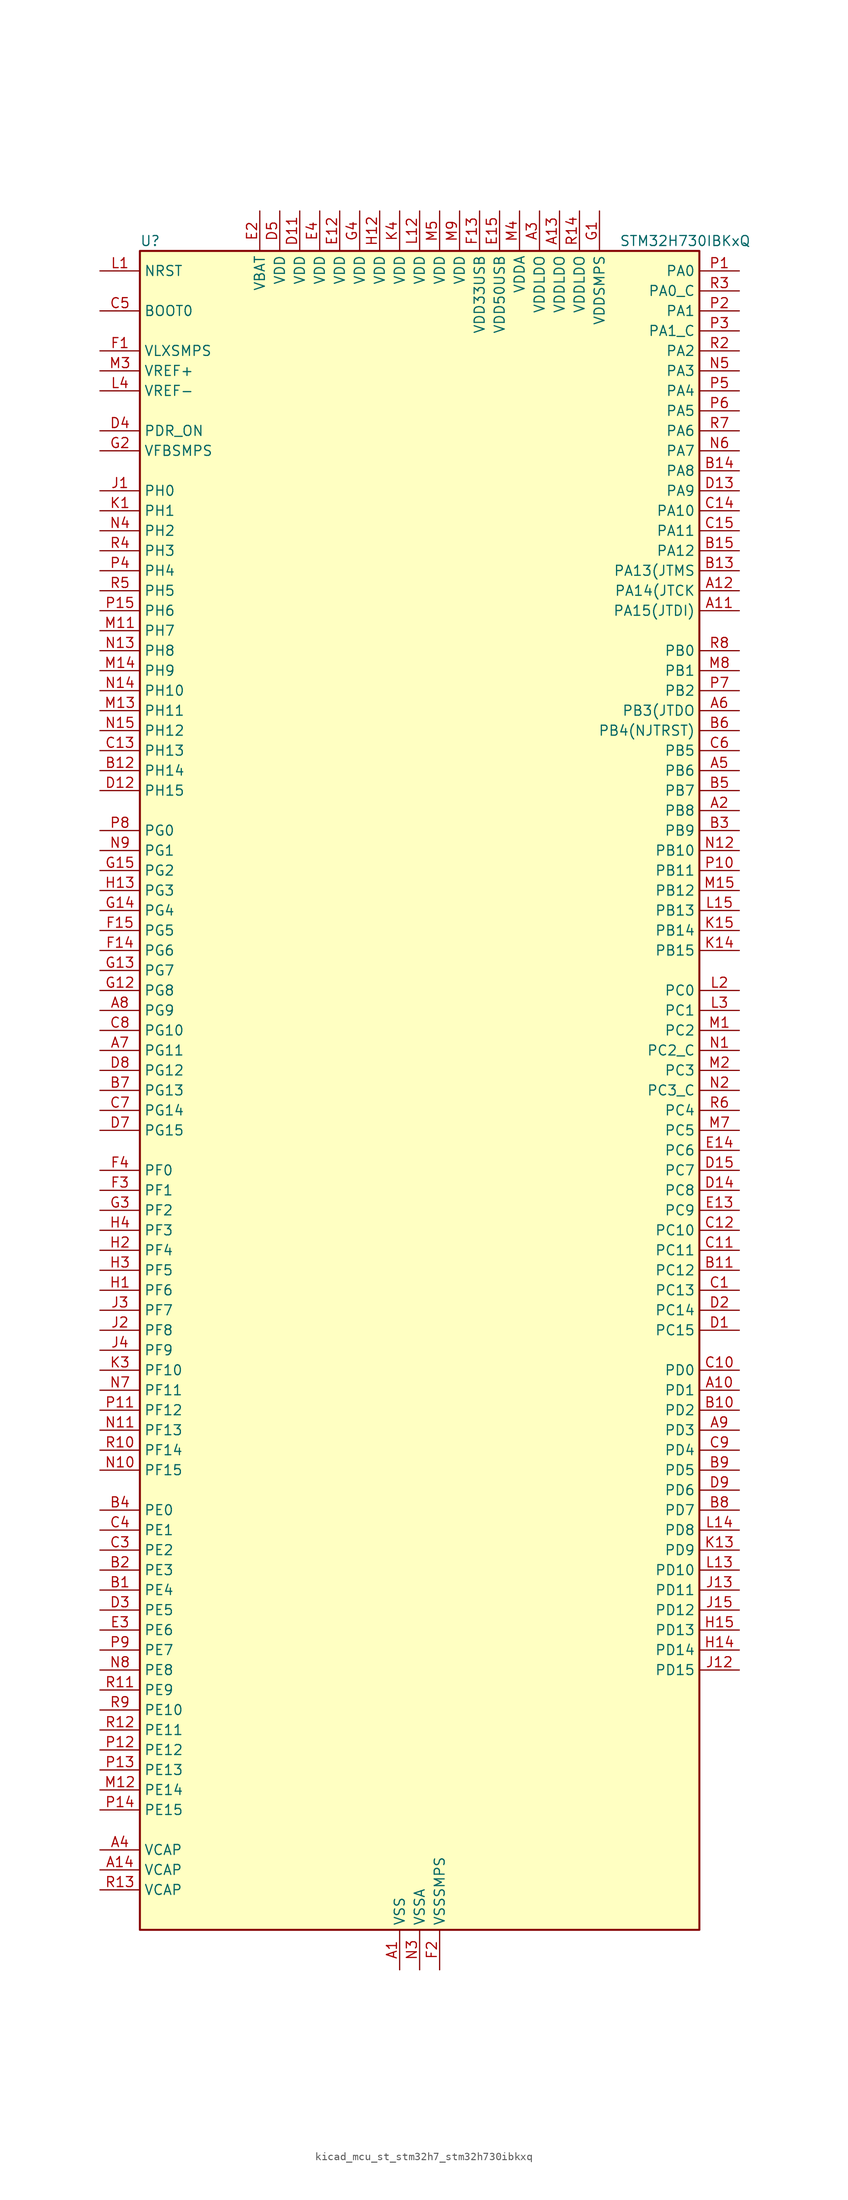
<source format=kicad_sym>
(kicad_symbol_lib
  (version 20220914)
  (generator kicad_symbol_editor)
  (symbol "kicad_mcu_st_stm32h7_stm32h730ibkxq"
    (property "Reference" "U"
      (at -35.56 107.95 0)
      (effects (font (size 1.27 1.27)) (justify left)))
    (property "Value" "STM32H730IBKxQ"
      (at 25.4 107.95 0)
      (effects (font (size 1.27 1.27)) (justify left)))
    (property "ki_locked" ""
      (at 0 0 0)
      (effects (font (size 1.27 1.27))))
    (symbol "kicad_mcu_st_stm32h7_stm32h730ibkxq_0_1"
      (rectangle (start -35.56 -106.68) (end 35.56 106.68) (stroke (width 0.254) (type default)) (fill (type background))))
    (symbol "kicad_mcu_st_stm32h7_stm32h730ibkxq_1_1"
      (pin power_in line (at -2.54 -111.76 90) (length 5.08) (name "VSS" (effects (font (size 1.27 1.27)))) (number "A1" (effects (font (size 1.27 1.27)))))
      (pin bidirectional line (at 40.64 -38.1 180) (length 5.08) (name "PD1" (effects (font (size 1.27 1.27)))) (number "A10" (effects (font (size 1.27 1.27)))) (alternate "DFSDM1_DATIN6" bidirectional line) (alternate "FDCAN1_TX" bidirectional line) (alternate "FMC_D3" bidirectional line) (alternate "FMC_DA3" bidirectional line) (alternate "UART4_TX" bidirectional line))
      (pin bidirectional line (at 40.64 60.96 180) (length 5.08) (name "PA15(JTDI)" (effects (font (size 1.27 1.27)))) (number "A11" (effects (font (size 1.27 1.27)))) (alternate "ADC1_EXTI15" bidirectional line) (alternate "ADC2_EXTI15" bidirectional line) (alternate "ADC3_EXTI15" bidirectional line) (alternate "CEC" bidirectional line) (alternate "DEBUG_JTDI" bidirectional line) (alternate "I2S1_WS" bidirectional line) (alternate "I2S3_WS" bidirectional line) (alternate "I2S6_WS" bidirectional line) (alternate "LTDC_B6" bidirectional line) (alternate "LTDC_R3" bidirectional line) (alternate "SPI1_NSS" bidirectional line) (alternate "SPI3_NSS" bidirectional line) (alternate "SPI6_NSS" bidirectional line) (alternate "TIM2_CH1" bidirectional line) (alternate "TIM2_ETR" bidirectional line) (alternate "UART4_DE" bidirectional line) (alternate "UART4_RTS" bidirectional line) (alternate "UART7_TX" bidirectional line))
      (pin bidirectional line (at 40.64 63.5 180) (length 5.08) (name "PA14(JTCK" (effects (font (size 1.27 1.27)))) (number "A12" (effects (font (size 1.27 1.27)))) (alternate "DEBUG_JTCK-SWCLK" bidirectional line))
      (pin power_in line (at 17.78 111.76 270) (length 5.08) (name "VDDLDO" (effects (font (size 1.27 1.27)))) (number "A13" (effects (font (size 1.27 1.27)))))
      (pin power_out line (at -40.64 -99.06 0) (length 5.08) (name "VCAP" (effects (font (size 1.27 1.27)))) (number "A14" (effects (font (size 1.27 1.27)))))
      (pin passive line (at -2.54 -111.76 90) (length 5.08) hide (name "VSS" (effects (font (size 1.27 1.27)))) (number "A15" (effects (font (size 1.27 1.27)))))
      (pin bidirectional line (at 40.64 35.56 180) (length 5.08) (name "PB8" (effects (font (size 1.27 1.27)))) (number "A2" (effects (font (size 1.27 1.27)))) (alternate "DCMI_D6" bidirectional line) (alternate "DFSDM1_CKIN7" bidirectional line) (alternate "ETH_TXD3" bidirectional line) (alternate "FDCAN1_RX" bidirectional line) (alternate "I2C1_SCL" bidirectional line) (alternate "I2C4_SCL" bidirectional line) (alternate "LTDC_B6" bidirectional line) (alternate "PSSI_D6" bidirectional line) (alternate "SDMMC1_CKIN" bidirectional line) (alternate "SDMMC1_D4" bidirectional line) (alternate "SDMMC2_D4" bidirectional line) (alternate "TIM16_CH1" bidirectional line) (alternate "TIM4_CH3" bidirectional line) (alternate "UART4_RX" bidirectional line))
      (pin power_in line (at 15.24 111.76 270) (length 5.08) (name "VDDLDO" (effects (font (size 1.27 1.27)))) (number "A3" (effects (font (size 1.27 1.27)))))
      (pin power_out line (at -40.64 -96.52 0) (length 5.08) (name "VCAP" (effects (font (size 1.27 1.27)))) (number "A4" (effects (font (size 1.27 1.27)))))
      (pin bidirectional line (at 40.64 40.64 180) (length 5.08) (name "PB6" (effects (font (size 1.27 1.27)))) (number "A5" (effects (font (size 1.27 1.27)))) (alternate "CEC" bidirectional line) (alternate "DCMI_D5" bidirectional line) (alternate "DFSDM1_DATIN5" bidirectional line) (alternate "FDCAN2_TX" bidirectional line) (alternate "FMC_SDNE1" bidirectional line) (alternate "I2C1_SCL" bidirectional line) (alternate "I2C4_SCL" bidirectional line) (alternate "LPUART1_TX" bidirectional line) (alternate "OCTOSPIM_P1_NCS" bidirectional line) (alternate "PSSI_D5" bidirectional line) (alternate "TIM16_CH1N" bidirectional line) (alternate "TIM4_CH1" bidirectional line) (alternate "UART5_TX" bidirectional line) (alternate "USART1_TX" bidirectional line))
      (pin bidirectional line (at 40.64 48.26 180) (length 5.08) (name "PB3(JTDO" (effects (font (size 1.27 1.27)))) (number "A6" (effects (font (size 1.27 1.27)))) (alternate "CRS_SYNC" bidirectional line) (alternate "DEBUG_JTDO-SWO" bidirectional line) (alternate "I2S1_CK" bidirectional line) (alternate "I2S3_CK" bidirectional line) (alternate "I2S6_CK" bidirectional line) (alternate "SDMMC2_D2" bidirectional line) (alternate "SPI1_SCK" bidirectional line) (alternate "SPI3_SCK" bidirectional line) (alternate "SPI6_SCK" bidirectional line) (alternate "TIM24_ETR" bidirectional line) (alternate "TIM2_CH2" bidirectional line) (alternate "UART7_RX" bidirectional line))
      (pin bidirectional line (at -40.64 5.08 0) (length 5.08) (name "PG11" (effects (font (size 1.27 1.27)))) (number "A7" (effects (font (size 1.27 1.27)))) (alternate "ADC1_EXTI11" bidirectional line) (alternate "ADC2_EXTI11" bidirectional line) (alternate "ADC3_EXTI11" bidirectional line) (alternate "DCMI_D3" bidirectional line) (alternate "ETH_TX_EN" bidirectional line) (alternate "I2S1_CK" bidirectional line) (alternate "LPTIM1_IN2" bidirectional line) (alternate "LTDC_B3" bidirectional line) (alternate "OCTOSPIM_P2_IO7" bidirectional line) (alternate "PSSI_D3" bidirectional line) (alternate "SDMMC2_D2" bidirectional line) (alternate "SPDIFRX1_IN0" bidirectional line) (alternate "SPI1_SCK" bidirectional line) (alternate "USART10_RX" bidirectional line))
      (pin bidirectional line (at -40.64 10.16 0) (length 5.08) (name "PG9" (effects (font (size 1.27 1.27)))) (number "A8" (effects (font (size 1.27 1.27)))) (alternate "DAC1_EXTI9" bidirectional line) (alternate "DCMI_VSYNC" bidirectional line) (alternate "FDCAN3_TX" bidirectional line) (alternate "FMC_NCE" bidirectional line) (alternate "FMC_NE2" bidirectional line) (alternate "I2S1_SDI" bidirectional line) (alternate "OCTOSPIM_P1_IO6" bidirectional line) (alternate "PSSI_RDY" bidirectional line) (alternate "SAI4_FS_B" bidirectional line) (alternate "SDMMC2_D0" bidirectional line) (alternate "SPDIFRX1_IN3" bidirectional line) (alternate "SPI1_MISO" bidirectional line) (alternate "USART6_RX" bidirectional line))
      (pin bidirectional line (at 40.64 -43.18 180) (length 5.08) (name "PD3" (effects (font (size 1.27 1.27)))) (number "A9" (effects (font (size 1.27 1.27)))) (alternate "DCMI_D5" bidirectional line) (alternate "DFSDM1_CKOUT" bidirectional line) (alternate "FMC_CLK" bidirectional line) (alternate "I2S2_CK" bidirectional line) (alternate "LTDC_G7" bidirectional line) (alternate "PSSI_D5" bidirectional line) (alternate "SPI2_SCK" bidirectional line) (alternate "USART2_CTS" bidirectional line) (alternate "USART2_NSS" bidirectional line))
      (pin bidirectional line (at -40.64 -63.5 0) (length 5.08) (name "PE4" (effects (font (size 1.27 1.27)))) (number "B1" (effects (font (size 1.27 1.27)))) (alternate "DCMI_D4" bidirectional line) (alternate "DEBUG_TRACED1" bidirectional line) (alternate "DFSDM1_DATIN3" bidirectional line) (alternate "FMC_A20" bidirectional line) (alternate "LTDC_B0" bidirectional line) (alternate "PSSI_D4" bidirectional line) (alternate "SAI1_D2" bidirectional line) (alternate "SAI1_FS_A" bidirectional line) (alternate "SAI4_D2" bidirectional line) (alternate "SAI4_FS_A" bidirectional line) (alternate "SPI4_NSS" bidirectional line) (alternate "TIM15_CH1N" bidirectional line))
      (pin bidirectional line (at 40.64 -40.64 180) (length 5.08) (name "PD2" (effects (font (size 1.27 1.27)))) (number "B10" (effects (font (size 1.27 1.27)))) (alternate "DCMI_D11" bidirectional line) (alternate "DEBUG_TRACED2" bidirectional line) (alternate "FMC_D7" bidirectional line) (alternate "FMC_DA7" bidirectional line) (alternate "LTDC_B2" bidirectional line) (alternate "LTDC_B7" bidirectional line) (alternate "PSSI_D11" bidirectional line) (alternate "SDMMC1_CMD" bidirectional line) (alternate "TIM15_BKIN" bidirectional line) (alternate "TIM3_ETR" bidirectional line) (alternate "UART5_RX" bidirectional line))
      (pin bidirectional line (at 40.64 -22.86 180) (length 5.08) (name "PC12" (effects (font (size 1.27 1.27)))) (number "B11" (effects (font (size 1.27 1.27)))) (alternate "DCMI_D9" bidirectional line) (alternate "DEBUG_TRACED3" bidirectional line) (alternate "FMC_D6" bidirectional line) (alternate "FMC_DA6" bidirectional line) (alternate "I2C5_SMBA" bidirectional line) (alternate "I2S3_SDO" bidirectional line) (alternate "I2S6_CK" bidirectional line) (alternate "LTDC_R6" bidirectional line) (alternate "PSSI_D9" bidirectional line) (alternate "SDMMC1_CK" bidirectional line) (alternate "SPI3_MOSI" bidirectional line) (alternate "SPI6_SCK" bidirectional line) (alternate "TIM15_CH1" bidirectional line) (alternate "UART5_TX" bidirectional line) (alternate "USART3_CK" bidirectional line))
      (pin bidirectional line (at -40.64 40.64 0) (length 5.08) (name "PH14" (effects (font (size 1.27 1.27)))) (number "B12" (effects (font (size 1.27 1.27)))) (alternate "DCMI_D4" bidirectional line) (alternate "FDCAN1_RX" bidirectional line) (alternate "FMC_D22" bidirectional line) (alternate "LTDC_G3" bidirectional line) (alternate "PSSI_D4" bidirectional line) (alternate "TIM8_CH2N" bidirectional line) (alternate "UART4_RX" bidirectional line))
      (pin bidirectional line (at 40.64 66.04 180) (length 5.08) (name "PA13(JTMS" (effects (font (size 1.27 1.27)))) (number "B13" (effects (font (size 1.27 1.27)))) (alternate "DEBUG_JTMS-SWDIO" bidirectional line))
      (pin bidirectional line (at 40.64 78.74 180) (length 5.08) (name "PA8" (effects (font (size 1.27 1.27)))) (number "B14" (effects (font (size 1.27 1.27)))) (alternate "I2C3_SCL" bidirectional line) (alternate "I2C5_SCL" bidirectional line) (alternate "LTDC_B3" bidirectional line) (alternate "LTDC_R6" bidirectional line) (alternate "RCC_MCO_1" bidirectional line) (alternate "TIM1_CH1" bidirectional line) (alternate "TIM8_BKIN2" bidirectional line) (alternate "TIM8_BKIN2_COMP1" bidirectional line) (alternate "TIM8_BKIN2_COMP2" bidirectional line) (alternate "UART7_RX" bidirectional line) (alternate "USART1_CK" bidirectional line) (alternate "USB_OTG_HS_SOF" bidirectional line))
      (pin bidirectional line (at 40.64 68.58 180) (length 5.08) (name "PA12" (effects (font (size 1.27 1.27)))) (number "B15" (effects (font (size 1.27 1.27)))) (alternate "FDCAN1_TX" bidirectional line) (alternate "I2S2_CK" bidirectional line) (alternate "LPUART1_DE" bidirectional line) (alternate "LPUART1_RTS" bidirectional line) (alternate "LTDC_R5" bidirectional line) (alternate "SAI4_FS_B" bidirectional line) (alternate "SPI2_SCK" bidirectional line) (alternate "TIM1_BKIN2" bidirectional line) (alternate "TIM1_ETR" bidirectional line) (alternate "UART4_TX" bidirectional line) (alternate "USART1_DE" bidirectional line) (alternate "USART1_RTS" bidirectional line) (alternate "USB_OTG_HS_DP" bidirectional line))
      (pin bidirectional line (at -40.64 -60.96 0) (length 5.08) (name "PE3" (effects (font (size 1.27 1.27)))) (number "B2" (effects (font (size 1.27 1.27)))) (alternate "DEBUG_TRACED0" bidirectional line) (alternate "FMC_A19" bidirectional line) (alternate "SAI1_SD_B" bidirectional line) (alternate "SAI4_SD_B" bidirectional line) (alternate "TIM15_BKIN" bidirectional line) (alternate "USART10_TX" bidirectional line))
      (pin bidirectional line (at 40.64 33.02 180) (length 5.08) (name "PB9" (effects (font (size 1.27 1.27)))) (number "B3" (effects (font (size 1.27 1.27)))) (alternate "DAC1_EXTI9" bidirectional line) (alternate "DCMI_D7" bidirectional line) (alternate "DFSDM1_DATIN7" bidirectional line) (alternate "FDCAN1_TX" bidirectional line) (alternate "I2C1_SDA" bidirectional line) (alternate "I2C4_SDA" bidirectional line) (alternate "I2C4_SMBA" bidirectional line) (alternate "I2S2_WS" bidirectional line) (alternate "LTDC_B7" bidirectional line) (alternate "PSSI_D7" bidirectional line) (alternate "SDMMC1_CDIR" bidirectional line) (alternate "SDMMC1_D5" bidirectional line) (alternate "SDMMC2_D5" bidirectional line) (alternate "SPI2_NSS" bidirectional line) (alternate "TIM17_CH1" bidirectional line) (alternate "TIM4_CH4" bidirectional line) (alternate "UART4_TX" bidirectional line))
      (pin bidirectional line (at -40.64 -53.34 0) (length 5.08) (name "PE0" (effects (font (size 1.27 1.27)))) (number "B4" (effects (font (size 1.27 1.27)))) (alternate "DCMI_D2" bidirectional line) (alternate "FMC_NBL0" bidirectional line) (alternate "LPTIM1_ETR" bidirectional line) (alternate "LPTIM2_ETR" bidirectional line) (alternate "LTDC_R0" bidirectional line) (alternate "PSSI_D2" bidirectional line) (alternate "SAI4_MCLK_A" bidirectional line) (alternate "TIM4_ETR" bidirectional line) (alternate "UART8_RX" bidirectional line))
      (pin bidirectional line (at 40.64 38.1 180) (length 5.08) (name "PB7" (effects (font (size 1.27 1.27)))) (number "B5" (effects (font (size 1.27 1.27)))) (alternate "DCMI_VSYNC" bidirectional line) (alternate "DFSDM1_CKIN5" bidirectional line) (alternate "FMC_NL" bidirectional line) (alternate "I2C1_SDA" bidirectional line) (alternate "I2C4_SDA" bidirectional line) (alternate "LPUART1_RX" bidirectional line) (alternate "PSSI_RDY" bidirectional line) (alternate "PWR_PVD_IN" bidirectional line) (alternate "TIM17_CH1N" bidirectional line) (alternate "TIM4_CH2" bidirectional line) (alternate "USART1_RX" bidirectional line))
      (pin bidirectional line (at 40.64 45.72 180) (length 5.08) (name "PB4(NJTRST)" (effects (font (size 1.27 1.27)))) (number "B6" (effects (font (size 1.27 1.27)))) (alternate "DEBUG_JTRST" bidirectional line) (alternate "I2S1_SDI" bidirectional line) (alternate "I2S2_WS" bidirectional line) (alternate "I2S3_SDI" bidirectional line) (alternate "I2S6_SDI" bidirectional line) (alternate "SDMMC2_D3" bidirectional line) (alternate "SPI1_MISO" bidirectional line) (alternate "SPI2_NSS" bidirectional line) (alternate "SPI3_MISO" bidirectional line) (alternate "SPI6_MISO" bidirectional line) (alternate "TIM16_BKIN" bidirectional line) (alternate "TIM3_CH1" bidirectional line) (alternate "UART7_TX" bidirectional line))
      (pin bidirectional line (at -40.64 0 0) (length 5.08) (name "PG13" (effects (font (size 1.27 1.27)))) (number "B7" (effects (font (size 1.27 1.27)))) (alternate "DEBUG_TRACED0" bidirectional line) (alternate "ETH_TXD0" bidirectional line) (alternate "FMC_A24" bidirectional line) (alternate "I2S6_CK" bidirectional line) (alternate "LPTIM1_OUT" bidirectional line) (alternate "LTDC_R0" bidirectional line) (alternate "SDMMC2_D6" bidirectional line) (alternate "SPI6_SCK" bidirectional line) (alternate "TIM23_CH2" bidirectional line) (alternate "USART10_CTS" bidirectional line) (alternate "USART10_NSS" bidirectional line) (alternate "USART6_CTS" bidirectional line) (alternate "USART6_NSS" bidirectional line))
      (pin bidirectional line (at 40.64 -53.34 180) (length 5.08) (name "PD7" (effects (font (size 1.27 1.27)))) (number "B8" (effects (font (size 1.27 1.27)))) (alternate "DFSDM1_CKIN1" bidirectional line) (alternate "DFSDM1_DATIN4" bidirectional line) (alternate "FMC_NE1" bidirectional line) (alternate "I2S1_SDO" bidirectional line) (alternate "OCTOSPIM_P1_IO7" bidirectional line) (alternate "SDMMC2_CMD" bidirectional line) (alternate "SPDIFRX1_IN0" bidirectional line) (alternate "SPI1_MOSI" bidirectional line) (alternate "USART2_CK" bidirectional line))
      (pin bidirectional line (at 40.64 -48.26 180) (length 5.08) (name "PD5" (effects (font (size 1.27 1.27)))) (number "B9" (effects (font (size 1.27 1.27)))) (alternate "FMC_NWE" bidirectional line) (alternate "OCTOSPIM_P1_IO5" bidirectional line) (alternate "USART2_TX" bidirectional line))
      (pin bidirectional line (at 40.64 -25.4 180) (length 5.08) (name "PC13" (effects (font (size 1.27 1.27)))) (number "C1" (effects (font (size 1.27 1.27)))) (alternate "PWR_WKUP4" bidirectional line) (alternate "RTC_OUT_ALARM" bidirectional line) (alternate "RTC_OUT_CALIB" bidirectional line) (alternate "RTC_TAMP1" bidirectional line) (alternate "RTC_TS" bidirectional line))
      (pin bidirectional line (at 40.64 -35.56 180) (length 5.08) (name "PD0" (effects (font (size 1.27 1.27)))) (number "C10" (effects (font (size 1.27 1.27)))) (alternate "DFSDM1_CKIN6" bidirectional line) (alternate "FDCAN1_RX" bidirectional line) (alternate "FMC_D2" bidirectional line) (alternate "FMC_DA2" bidirectional line) (alternate "LTDC_B1" bidirectional line) (alternate "UART4_RX" bidirectional line) (alternate "UART9_CTS" bidirectional line))
      (pin bidirectional line (at 40.64 -20.32 180) (length 5.08) (name "PC11" (effects (font (size 1.27 1.27)))) (number "C11" (effects (font (size 1.27 1.27)))) (alternate "ADC1_EXTI11" bidirectional line) (alternate "ADC2_EXTI11" bidirectional line) (alternate "ADC3_EXTI11" bidirectional line) (alternate "DCMI_D4" bidirectional line) (alternate "DFSDM1_DATIN5" bidirectional line) (alternate "I2C5_SCL" bidirectional line) (alternate "I2S3_SDI" bidirectional line) (alternate "LTDC_B4" bidirectional line) (alternate "OCTOSPIM_P1_NCS" bidirectional line) (alternate "PSSI_D4" bidirectional line) (alternate "SDMMC1_D3" bidirectional line) (alternate "SPI3_MISO" bidirectional line) (alternate "UART4_RX" bidirectional line) (alternate "USART3_RX" bidirectional line))
      (pin bidirectional line (at 40.64 -17.78 180) (length 5.08) (name "PC10" (effects (font (size 1.27 1.27)))) (number "C12" (effects (font (size 1.27 1.27)))) (alternate "DCMI_D8" bidirectional line) (alternate "DFSDM1_CKIN5" bidirectional line) (alternate "I2C5_SDA" bidirectional line) (alternate "I2S3_CK" bidirectional line) (alternate "LTDC_B1" bidirectional line) (alternate "LTDC_R2" bidirectional line) (alternate "OCTOSPIM_P1_IO1" bidirectional line) (alternate "PSSI_D8" bidirectional line) (alternate "SDMMC1_D2" bidirectional line) (alternate "SPI3_SCK" bidirectional line) (alternate "SWPMI1_RX" bidirectional line) (alternate "UART4_TX" bidirectional line) (alternate "USART3_TX" bidirectional line))
      (pin bidirectional line (at -40.64 43.18 0) (length 5.08) (name "PH13" (effects (font (size 1.27 1.27)))) (number "C13" (effects (font (size 1.27 1.27)))) (alternate "FDCAN1_TX" bidirectional line) (alternate "FMC_D21" bidirectional line) (alternate "LTDC_G2" bidirectional line) (alternate "TIM8_CH1N" bidirectional line) (alternate "UART4_TX" bidirectional line))
      (pin bidirectional line (at 40.64 73.66 180) (length 5.08) (name "PA10" (effects (font (size 1.27 1.27)))) (number "C14" (effects (font (size 1.27 1.27)))) (alternate "DCMI_D1" bidirectional line) (alternate "LPUART1_RX" bidirectional line) (alternate "LTDC_B1" bidirectional line) (alternate "LTDC_B4" bidirectional line) (alternate "MDIOS_MDIO" bidirectional line) (alternate "PSSI_D1" bidirectional line) (alternate "TIM1_CH3" bidirectional line) (alternate "USART1_RX" bidirectional line) (alternate "USB_OTG_HS_ID" bidirectional line))
      (pin bidirectional line (at 40.64 71.12 180) (length 5.08) (name "PA11" (effects (font (size 1.27 1.27)))) (number "C15" (effects (font (size 1.27 1.27)))) (alternate "ADC1_EXTI11" bidirectional line) (alternate "ADC2_EXTI11" bidirectional line) (alternate "ADC3_EXTI11" bidirectional line) (alternate "FDCAN1_RX" bidirectional line) (alternate "I2S2_WS" bidirectional line) (alternate "LPUART1_CTS" bidirectional line) (alternate "LTDC_R4" bidirectional line) (alternate "SPI2_NSS" bidirectional line) (alternate "TIM1_CH4" bidirectional line) (alternate "UART4_RX" bidirectional line) (alternate "USART1_CTS" bidirectional line) (alternate "USART1_NSS" bidirectional line) (alternate "USB_OTG_HS_DM" bidirectional line))
      (pin passive line (at -2.54 -111.76 90) (length 5.08) hide (name "VSS" (effects (font (size 1.27 1.27)))) (number "C2" (effects (font (size 1.27 1.27)))))
      (pin bidirectional line (at -40.64 -58.42 0) (length 5.08) (name "PE2" (effects (font (size 1.27 1.27)))) (number "C3" (effects (font (size 1.27 1.27)))) (alternate "DEBUG_TRACECLK" bidirectional line) (alternate "ETH_TXD3" bidirectional line) (alternate "FMC_A23" bidirectional line) (alternate "OCTOSPIM_P1_IO2" bidirectional line) (alternate "SAI1_CK1" bidirectional line) (alternate "SAI1_MCLK_A" bidirectional line) (alternate "SAI4_CK1" bidirectional line) (alternate "SAI4_MCLK_A" bidirectional line) (alternate "SPI4_SCK" bidirectional line) (alternate "USART10_RX" bidirectional line))
      (pin bidirectional line (at -40.64 -55.88 0) (length 5.08) (name "PE1" (effects (font (size 1.27 1.27)))) (number "C4" (effects (font (size 1.27 1.27)))) (alternate "DCMI_D3" bidirectional line) (alternate "FMC_NBL1" bidirectional line) (alternate "LPTIM1_IN2" bidirectional line) (alternate "LTDC_R6" bidirectional line) (alternate "PSSI_D3" bidirectional line) (alternate "UART8_TX" bidirectional line))
      (pin input line (at -40.64 99.06 0) (length 5.08) (name "BOOT0" (effects (font (size 1.27 1.27)))) (number "C5" (effects (font (size 1.27 1.27)))))
      (pin bidirectional line (at 40.64 43.18 180) (length 5.08) (name "PB5" (effects (font (size 1.27 1.27)))) (number "C6" (effects (font (size 1.27 1.27)))) (alternate "DCMI_D10" bidirectional line) (alternate "ETH_PPS_OUT" bidirectional line) (alternate "FDCAN2_RX" bidirectional line) (alternate "FMC_SDCKE1" bidirectional line) (alternate "I2C1_SMBA" bidirectional line) (alternate "I2C4_SMBA" bidirectional line) (alternate "I2S1_SDO" bidirectional line) (alternate "I2S3_SDO" bidirectional line) (alternate "I2S6_SDO" bidirectional line) (alternate "LTDC_B5" bidirectional line) (alternate "PSSI_D10" bidirectional line) (alternate "SPI1_MOSI" bidirectional line) (alternate "SPI3_MOSI" bidirectional line) (alternate "SPI6_MOSI" bidirectional line) (alternate "TIM17_BKIN" bidirectional line) (alternate "TIM3_CH2" bidirectional line) (alternate "UART5_RX" bidirectional line) (alternate "USB_OTG_HS_ULPI_D7" bidirectional line))
      (pin bidirectional line (at -40.64 -2.54 0) (length 5.08) (name "PG14" (effects (font (size 1.27 1.27)))) (number "C7" (effects (font (size 1.27 1.27)))) (alternate "DEBUG_TRACED1" bidirectional line) (alternate "ETH_TXD1" bidirectional line) (alternate "FMC_A25" bidirectional line) (alternate "I2S6_SDO" bidirectional line) (alternate "LPTIM1_ETR" bidirectional line) (alternate "LTDC_B0" bidirectional line) (alternate "OCTOSPIM_P1_IO7" bidirectional line) (alternate "SDMMC2_D7" bidirectional line) (alternate "SPI6_MOSI" bidirectional line) (alternate "TIM23_CH3" bidirectional line) (alternate "USART10_DE" bidirectional line) (alternate "USART10_RTS" bidirectional line) (alternate "USART6_TX" bidirectional line))
      (pin bidirectional line (at -40.64 7.62 0) (length 5.08) (name "PG10" (effects (font (size 1.27 1.27)))) (number "C8" (effects (font (size 1.27 1.27)))) (alternate "DCMI_D2" bidirectional line) (alternate "FDCAN3_RX" bidirectional line) (alternate "FMC_NE3" bidirectional line) (alternate "I2S1_WS" bidirectional line) (alternate "LTDC_B2" bidirectional line) (alternate "LTDC_G3" bidirectional line) (alternate "OCTOSPIM_P2_IO6" bidirectional line) (alternate "PSSI_D2" bidirectional line) (alternate "SAI4_SD_B" bidirectional line) (alternate "SDMMC2_D1" bidirectional line) (alternate "SPI1_NSS" bidirectional line))
      (pin bidirectional line (at 40.64 -45.72 180) (length 5.08) (name "PD4" (effects (font (size 1.27 1.27)))) (number "C9" (effects (font (size 1.27 1.27)))) (alternate "FMC_NOE" bidirectional line) (alternate "OCTOSPIM_P1_IO4" bidirectional line) (alternate "USART2_DE" bidirectional line) (alternate "USART2_RTS" bidirectional line))
      (pin bidirectional line (at 40.64 -30.48 180) (length 5.08) (name "PC15" (effects (font (size 1.27 1.27)))) (number "D1" (effects (font (size 1.27 1.27)))) (alternate "ADC1_EXTI15" bidirectional line) (alternate "ADC2_EXTI15" bidirectional line) (alternate "ADC3_EXTI15" bidirectional line) (alternate "RCC_OSC32_OUT" bidirectional line))
      (pin passive line (at -2.54 -111.76 90) (length 5.08) hide (name "VSS" (effects (font (size 1.27 1.27)))) (number "D10" (effects (font (size 1.27 1.27)))))
      (pin power_in line (at -15.24 111.76 270) (length 5.08) (name "VDD" (effects (font (size 1.27 1.27)))) (number "D11" (effects (font (size 1.27 1.27)))))
      (pin bidirectional line (at -40.64 38.1 0) (length 5.08) (name "PH15" (effects (font (size 1.27 1.27)))) (number "D12" (effects (font (size 1.27 1.27)))) (alternate "ADC1_EXTI15" bidirectional line) (alternate "ADC2_EXTI15" bidirectional line) (alternate "ADC3_EXTI15" bidirectional line) (alternate "DCMI_D11" bidirectional line) (alternate "FMC_D23" bidirectional line) (alternate "LTDC_G4" bidirectional line) (alternate "PSSI_D11" bidirectional line) (alternate "TIM8_CH3N" bidirectional line))
      (pin bidirectional line (at 40.64 76.2 180) (length 5.08) (name "PA9" (effects (font (size 1.27 1.27)))) (number "D13" (effects (font (size 1.27 1.27)))) (alternate "DAC1_EXTI9" bidirectional line) (alternate "DCMI_D0" bidirectional line) (alternate "ETH_TX_ER" bidirectional line) (alternate "I2C3_SMBA" bidirectional line) (alternate "I2C5_SMBA" bidirectional line) (alternate "I2S2_CK" bidirectional line) (alternate "LPUART1_TX" bidirectional line) (alternate "LTDC_R5" bidirectional line) (alternate "PSSI_D0" bidirectional line) (alternate "SPI2_SCK" bidirectional line) (alternate "TIM1_CH2" bidirectional line) (alternate "USART1_TX" bidirectional line) (alternate "USB_OTG_HS_VBUS" bidirectional line))
      (pin bidirectional line (at 40.64 -12.7 180) (length 5.08) (name "PC8" (effects (font (size 1.27 1.27)))) (number "D14" (effects (font (size 1.27 1.27)))) (alternate "DCMI_D2" bidirectional line) (alternate "DEBUG_TRACED1" bidirectional line) (alternate "FMC_INT" bidirectional line) (alternate "FMC_NCE" bidirectional line) (alternate "FMC_NE2" bidirectional line) (alternate "PSSI_D2" bidirectional line) (alternate "SDMMC1_D0" bidirectional line) (alternate "SWPMI1_RX" bidirectional line) (alternate "TIM3_CH3" bidirectional line) (alternate "TIM8_CH3" bidirectional line) (alternate "UART5_DE" bidirectional line) (alternate "UART5_RTS" bidirectional line) (alternate "USART6_CK" bidirectional line))
      (pin bidirectional line (at 40.64 -10.16 180) (length 5.08) (name "PC7" (effects (font (size 1.27 1.27)))) (number "D15" (effects (font (size 1.27 1.27)))) (alternate "DCMI_D1" bidirectional line) (alternate "DEBUG_TRGIO" bidirectional line) (alternate "DFSDM1_DATIN3" bidirectional line) (alternate "FMC_NE1" bidirectional line) (alternate "I2S3_MCK" bidirectional line) (alternate "LTDC_G6" bidirectional line) (alternate "PSSI_D1" bidirectional line) (alternate "SDMMC1_D123DIR" bidirectional line) (alternate "SDMMC1_D7" bidirectional line) (alternate "SDMMC2_D7" bidirectional line) (alternate "SWPMI1_TX" bidirectional line) (alternate "TIM3_CH2" bidirectional line) (alternate "TIM8_CH2" bidirectional line) (alternate "USART6_RX" bidirectional line))
      (pin bidirectional line (at 40.64 -27.94 180) (length 5.08) (name "PC14" (effects (font (size 1.27 1.27)))) (number "D2" (effects (font (size 1.27 1.27)))) (alternate "RCC_OSC32_IN" bidirectional line))
      (pin bidirectional line (at -40.64 -66.04 0) (length 5.08) (name "PE5" (effects (font (size 1.27 1.27)))) (number "D3" (effects (font (size 1.27 1.27)))) (alternate "DCMI_D6" bidirectional line) (alternate "DEBUG_TRACED2" bidirectional line) (alternate "DFSDM1_CKIN3" bidirectional line) (alternate "FMC_A21" bidirectional line) (alternate "LTDC_G0" bidirectional line) (alternate "PSSI_D6" bidirectional line) (alternate "SAI1_CK2" bidirectional line) (alternate "SAI1_SCK_A" bidirectional line) (alternate "SAI4_CK2" bidirectional line) (alternate "SAI4_SCK_A" bidirectional line) (alternate "SPI4_MISO" bidirectional line) (alternate "TIM15_CH1" bidirectional line))
      (pin input line (at -40.64 83.82 0) (length 5.08) (name "PDR_ON" (effects (font (size 1.27 1.27)))) (number "D4" (effects (font (size 1.27 1.27)))))
      (pin power_in line (at -17.78 111.76 270) (length 5.08) (name "VDD" (effects (font (size 1.27 1.27)))) (number "D5" (effects (font (size 1.27 1.27)))))
      (pin passive line (at -2.54 -111.76 90) (length 5.08) hide (name "VSS" (effects (font (size 1.27 1.27)))) (number "D6" (effects (font (size 1.27 1.27)))))
      (pin bidirectional line (at -40.64 -5.08 0) (length 5.08) (name "PG15" (effects (font (size 1.27 1.27)))) (number "D7" (effects (font (size 1.27 1.27)))) (alternate "ADC1_EXTI15" bidirectional line) (alternate "ADC2_EXTI15" bidirectional line) (alternate "ADC3_EXTI15" bidirectional line) (alternate "DCMI_D13" bidirectional line) (alternate "FMC_SDNCAS" bidirectional line) (alternate "OCTOSPIM_P2_DQS" bidirectional line) (alternate "PSSI_D13" bidirectional line) (alternate "USART10_CK" bidirectional line) (alternate "USART6_CTS" bidirectional line) (alternate "USART6_NSS" bidirectional line))
      (pin bidirectional line (at -40.64 2.54 0) (length 5.08) (name "PG12" (effects (font (size 1.27 1.27)))) (number "D8" (effects (font (size 1.27 1.27)))) (alternate "ETH_TXD1" bidirectional line) (alternate "FMC_NE4" bidirectional line) (alternate "I2S6_SDI" bidirectional line) (alternate "LPTIM1_IN1" bidirectional line) (alternate "LTDC_B1" bidirectional line) (alternate "LTDC_B4" bidirectional line) (alternate "OCTOSPIM_P2_NCS" bidirectional line) (alternate "SDMMC2_D3" bidirectional line) (alternate "SPDIFRX1_IN1" bidirectional line) (alternate "SPI6_MISO" bidirectional line) (alternate "TIM23_CH1" bidirectional line) (alternate "USART10_TX" bidirectional line) (alternate "USART6_DE" bidirectional line) (alternate "USART6_RTS" bidirectional line))
      (pin bidirectional line (at 40.64 -50.8 180) (length 5.08) (name "PD6" (effects (font (size 1.27 1.27)))) (number "D9" (effects (font (size 1.27 1.27)))) (alternate "DCMI_D10" bidirectional line) (alternate "DFSDM1_CKIN4" bidirectional line) (alternate "DFSDM1_DATIN1" bidirectional line) (alternate "FMC_NWAIT" bidirectional line) (alternate "I2S3_SDO" bidirectional line) (alternate "LTDC_B2" bidirectional line) (alternate "OCTOSPIM_P1_IO6" bidirectional line) (alternate "PSSI_D10" bidirectional line) (alternate "SAI1_D1" bidirectional line) (alternate "SAI1_SD_A" bidirectional line) (alternate "SAI4_D1" bidirectional line) (alternate "SAI4_SD_A" bidirectional line) (alternate "SDMMC2_CK" bidirectional line) (alternate "SPI3_MOSI" bidirectional line) (alternate "USART2_RX" bidirectional line))
      (pin passive line (at -2.54 -111.76 90) (length 5.08) hide (name "VSS" (effects (font (size 1.27 1.27)))) (number "E1" (effects (font (size 1.27 1.27)))))
      (pin power_in line (at -10.16 111.76 270) (length 5.08) (name "VDD" (effects (font (size 1.27 1.27)))) (number "E12" (effects (font (size 1.27 1.27)))))
      (pin bidirectional line (at 40.64 -15.24 180) (length 5.08) (name "PC9" (effects (font (size 1.27 1.27)))) (number "E13" (effects (font (size 1.27 1.27)))) (alternate "DAC1_EXTI9" bidirectional line) (alternate "DCMI_D3" bidirectional line) (alternate "I2C3_SDA" bidirectional line) (alternate "I2C5_SDA" bidirectional line) (alternate "I2S_CKIN" bidirectional line) (alternate "LTDC_B2" bidirectional line) (alternate "LTDC_G3" bidirectional line) (alternate "OCTOSPIM_P1_IO0" bidirectional line) (alternate "PSSI_D3" bidirectional line) (alternate "RCC_MCO_2" bidirectional line) (alternate "SDMMC1_D1" bidirectional line) (alternate "SWPMI1_SUSPEND" bidirectional line) (alternate "TIM3_CH4" bidirectional line) (alternate "TIM8_CH4" bidirectional line) (alternate "UART5_CTS" bidirectional line))
      (pin bidirectional line (at 40.64 -7.62 180) (length 5.08) (name "PC6" (effects (font (size 1.27 1.27)))) (number "E14" (effects (font (size 1.27 1.27)))) (alternate "DCMI_D0" bidirectional line) (alternate "DFSDM1_CKIN3" bidirectional line) (alternate "FMC_NWAIT" bidirectional line) (alternate "I2S2_MCK" bidirectional line) (alternate "LTDC_HSYNC" bidirectional line) (alternate "PSSI_D0" bidirectional line) (alternate "SDMMC1_D0DIR" bidirectional line) (alternate "SDMMC1_D6" bidirectional line) (alternate "SDMMC2_D6" bidirectional line) (alternate "SWPMI1_IO" bidirectional line) (alternate "TIM3_CH1" bidirectional line) (alternate "TIM8_CH1" bidirectional line) (alternate "USART6_TX" bidirectional line))
      (pin power_in line (at 10.16 111.76 270) (length 5.08) (name "VDD50USB" (effects (font (size 1.27 1.27)))) (number "E15" (effects (font (size 1.27 1.27)))))
      (pin power_in line (at -20.32 111.76 270) (length 5.08) (name "VBAT" (effects (font (size 1.27 1.27)))) (number "E2" (effects (font (size 1.27 1.27)))))
      (pin bidirectional line (at -40.64 -68.58 0) (length 5.08) (name "PE6" (effects (font (size 1.27 1.27)))) (number "E3" (effects (font (size 1.27 1.27)))) (alternate "DCMI_D7" bidirectional line) (alternate "DEBUG_TRACED3" bidirectional line) (alternate "FMC_A22" bidirectional line) (alternate "LTDC_G1" bidirectional line) (alternate "PSSI_D7" bidirectional line) (alternate "SAI1_D1" bidirectional line) (alternate "SAI1_SD_A" bidirectional line) (alternate "SAI4_D1" bidirectional line) (alternate "SAI4_MCLK_B" bidirectional line) (alternate "SAI4_SD_A" bidirectional line) (alternate "SPI4_MOSI" bidirectional line) (alternate "TIM15_CH2" bidirectional line) (alternate "TIM1_BKIN2" bidirectional line) (alternate "TIM1_BKIN2_COMP1" bidirectional line) (alternate "TIM1_BKIN2_COMP2" bidirectional line))
      (pin power_in line (at -12.7 111.76 270) (length 5.08) (name "VDD" (effects (font (size 1.27 1.27)))) (number "E4" (effects (font (size 1.27 1.27)))))
      (pin power_in line (at -40.64 93.98 0) (length 5.08) (name "VLXSMPS" (effects (font (size 1.27 1.27)))) (number "F1" (effects (font (size 1.27 1.27)))))
      (pin passive line (at -2.54 -111.76 90) (length 5.08) hide (name "VSS" (effects (font (size 1.27 1.27)))) (number "F10" (effects (font (size 1.27 1.27)))))
      (pin passive line (at -2.54 -111.76 90) (length 5.08) hide (name "VSS" (effects (font (size 1.27 1.27)))) (number "F12" (effects (font (size 1.27 1.27)))))
      (pin power_in line (at 7.62 111.76 270) (length 5.08) (name "VDD33USB" (effects (font (size 1.27 1.27)))) (number "F13" (effects (font (size 1.27 1.27)))))
      (pin bidirectional line (at -40.64 17.78 0) (length 5.08) (name "PG6" (effects (font (size 1.27 1.27)))) (number "F14" (effects (font (size 1.27 1.27)))) (alternate "DCMI_D12" bidirectional line) (alternate "FMC_NE3" bidirectional line) (alternate "LTDC_R7" bidirectional line) (alternate "OCTOSPIM_P1_NCS" bidirectional line) (alternate "PSSI_D12" bidirectional line) (alternate "TIM17_BKIN" bidirectional line))
      (pin bidirectional line (at -40.64 20.32 0) (length 5.08) (name "PG5" (effects (font (size 1.27 1.27)))) (number "F15" (effects (font (size 1.27 1.27)))) (alternate "FMC_A15" bidirectional line) (alternate "FMC_BA1" bidirectional line) (alternate "TIM1_ETR" bidirectional line))
      (pin power_in line (at 2.54 -111.76 90) (length 5.08) (name "VSSSMPS" (effects (font (size 1.27 1.27)))) (number "F2" (effects (font (size 1.27 1.27)))))
      (pin bidirectional line (at -40.64 -12.7 0) (length 5.08) (name "PF1" (effects (font (size 1.27 1.27)))) (number "F3" (effects (font (size 1.27 1.27)))) (alternate "FMC_A1" bidirectional line) (alternate "I2C2_SCL" bidirectional line) (alternate "I2C5_SCL" bidirectional line) (alternate "OCTOSPIM_P2_IO1" bidirectional line) (alternate "TIM23_CH2" bidirectional line))
      (pin bidirectional line (at -40.64 -10.16 0) (length 5.08) (name "PF0" (effects (font (size 1.27 1.27)))) (number "F4" (effects (font (size 1.27 1.27)))) (alternate "FMC_A0" bidirectional line) (alternate "I2C2_SDA" bidirectional line) (alternate "I2C5_SDA" bidirectional line) (alternate "OCTOSPIM_P2_IO0" bidirectional line) (alternate "TIM23_CH1" bidirectional line))
      (pin passive line (at -2.54 -111.76 90) (length 5.08) hide (name "VSS" (effects (font (size 1.27 1.27)))) (number "F6" (effects (font (size 1.27 1.27)))))
      (pin passive line (at -2.54 -111.76 90) (length 5.08) hide (name "VSS" (effects (font (size 1.27 1.27)))) (number "F7" (effects (font (size 1.27 1.27)))))
      (pin passive line (at -2.54 -111.76 90) (length 5.08) hide (name "VSS" (effects (font (size 1.27 1.27)))) (number "F8" (effects (font (size 1.27 1.27)))))
      (pin passive line (at -2.54 -111.76 90) (length 5.08) hide (name "VSS" (effects (font (size 1.27 1.27)))) (number "F9" (effects (font (size 1.27 1.27)))))
      (pin power_in line (at 22.86 111.76 270) (length 5.08) (name "VDDSMPS" (effects (font (size 1.27 1.27)))) (number "G1" (effects (font (size 1.27 1.27)))))
      (pin passive line (at -2.54 -111.76 90) (length 5.08) hide (name "VSS" (effects (font (size 1.27 1.27)))) (number "G10" (effects (font (size 1.27 1.27)))))
      (pin bidirectional line (at -40.64 12.7 0) (length 5.08) (name "PG8" (effects (font (size 1.27 1.27)))) (number "G12" (effects (font (size 1.27 1.27)))) (alternate "ETH_PPS_OUT" bidirectional line) (alternate "FMC_SDCLK" bidirectional line) (alternate "I2S6_WS" bidirectional line) (alternate "LTDC_G7" bidirectional line) (alternate "SPDIFRX1_IN2" bidirectional line) (alternate "SPI6_NSS" bidirectional line) (alternate "TIM8_ETR" bidirectional line) (alternate "USART6_DE" bidirectional line) (alternate "USART6_RTS" bidirectional line))
      (pin bidirectional line (at -40.64 15.24 0) (length 5.08) (name "PG7" (effects (font (size 1.27 1.27)))) (number "G13" (effects (font (size 1.27 1.27)))) (alternate "DCMI_D13" bidirectional line) (alternate "FMC_INT" bidirectional line) (alternate "LTDC_CLK" bidirectional line) (alternate "OCTOSPIM_P2_DQS" bidirectional line) (alternate "PSSI_D13" bidirectional line) (alternate "SAI1_MCLK_A" bidirectional line) (alternate "USART6_CK" bidirectional line))
      (pin bidirectional line (at -40.64 22.86 0) (length 5.08) (name "PG4" (effects (font (size 1.27 1.27)))) (number "G14" (effects (font (size 1.27 1.27)))) (alternate "FMC_A14" bidirectional line) (alternate "FMC_BA0" bidirectional line) (alternate "TIM1_BKIN2" bidirectional line) (alternate "TIM1_BKIN2_COMP1" bidirectional line) (alternate "TIM1_BKIN2_COMP2" bidirectional line))
      (pin bidirectional line (at -40.64 27.94 0) (length 5.08) (name "PG2" (effects (font (size 1.27 1.27)))) (number "G15" (effects (font (size 1.27 1.27)))) (alternate "FMC_A12" bidirectional line) (alternate "TIM24_ETR" bidirectional line) (alternate "TIM8_BKIN" bidirectional line) (alternate "TIM8_BKIN_COMP1" bidirectional line) (alternate "TIM8_BKIN_COMP2" bidirectional line))
      (pin input line (at -40.64 81.28 0) (length 5.08) (name "VFBSMPS" (effects (font (size 1.27 1.27)))) (number "G2" (effects (font (size 1.27 1.27)))))
      (pin bidirectional line (at -40.64 -15.24 0) (length 5.08) (name "PF2" (effects (font (size 1.27 1.27)))) (number "G3" (effects (font (size 1.27 1.27)))) (alternate "FMC_A2" bidirectional line) (alternate "I2C2_SMBA" bidirectional line) (alternate "I2C5_SMBA" bidirectional line) (alternate "OCTOSPIM_P2_IO2" bidirectional line) (alternate "TIM23_CH3" bidirectional line))
      (pin power_in line (at -7.62 111.76 270) (length 5.08) (name "VDD" (effects (font (size 1.27 1.27)))) (number "G4" (effects (font (size 1.27 1.27)))))
      (pin passive line (at -2.54 -111.76 90) (length 5.08) hide (name "VSS" (effects (font (size 1.27 1.27)))) (number "G6" (effects (font (size 1.27 1.27)))))
      (pin passive line (at -2.54 -111.76 90) (length 5.08) hide (name "VSS" (effects (font (size 1.27 1.27)))) (number "G7" (effects (font (size 1.27 1.27)))))
      (pin passive line (at -2.54 -111.76 90) (length 5.08) hide (name "VSS" (effects (font (size 1.27 1.27)))) (number "G8" (effects (font (size 1.27 1.27)))))
      (pin passive line (at -2.54 -111.76 90) (length 5.08) hide (name "VSS" (effects (font (size 1.27 1.27)))) (number "G9" (effects (font (size 1.27 1.27)))))
      (pin bidirectional line (at -40.64 -25.4 0) (length 5.08) (name "PF6" (effects (font (size 1.27 1.27)))) (number "H1" (effects (font (size 1.27 1.27)))) (alternate "ADC3_INN4" bidirectional line) (alternate "ADC3_INP8" bidirectional line) (alternate "FDCAN3_RX" bidirectional line) (alternate "OCTOSPIM_P1_IO3" bidirectional line) (alternate "SAI1_SD_B" bidirectional line) (alternate "SAI4_SD_B" bidirectional line) (alternate "SPI5_NSS" bidirectional line) (alternate "TIM16_CH1" bidirectional line) (alternate "TIM23_CH1" bidirectional line) (alternate "UART7_RX" bidirectional line))
      (pin passive line (at -2.54 -111.76 90) (length 5.08) hide (name "VSS" (effects (font (size 1.27 1.27)))) (number "H10" (effects (font (size 1.27 1.27)))))
      (pin power_in line (at -5.08 111.76 270) (length 5.08) (name "VDD" (effects (font (size 1.27 1.27)))) (number "H12" (effects (font (size 1.27 1.27)))))
      (pin bidirectional line (at -40.64 25.4 0) (length 5.08) (name "PG3" (effects (font (size 1.27 1.27)))) (number "H13" (effects (font (size 1.27 1.27)))) (alternate "FMC_A13" bidirectional line) (alternate "TIM23_ETR" bidirectional line) (alternate "TIM8_BKIN2" bidirectional line) (alternate "TIM8_BKIN2_COMP1" bidirectional line) (alternate "TIM8_BKIN2_COMP2" bidirectional line))
      (pin bidirectional line (at 40.64 -71.12 180) (length 5.08) (name "PD14" (effects (font (size 1.27 1.27)))) (number "H14" (effects (font (size 1.27 1.27)))) (alternate "FMC_D0" bidirectional line) (alternate "FMC_DA0" bidirectional line) (alternate "TIM4_CH3" bidirectional line) (alternate "UART8_CTS" bidirectional line) (alternate "UART9_RX" bidirectional line))
      (pin bidirectional line (at 40.64 -68.58 180) (length 5.08) (name "PD13" (effects (font (size 1.27 1.27)))) (number "H15" (effects (font (size 1.27 1.27)))) (alternate "DCMI_D13" bidirectional line) (alternate "FDCAN3_TX" bidirectional line) (alternate "FMC_A18" bidirectional line) (alternate "I2C4_SDA" bidirectional line) (alternate "LPTIM1_OUT" bidirectional line) (alternate "OCTOSPIM_P1_IO3" bidirectional line) (alternate "PSSI_D13" bidirectional line) (alternate "SAI4_SCK_A" bidirectional line) (alternate "TIM4_CH2" bidirectional line) (alternate "UART9_DE" bidirectional line) (alternate "UART9_RTS" bidirectional line))
      (pin bidirectional line (at -40.64 -20.32 0) (length 5.08) (name "PF4" (effects (font (size 1.27 1.27)))) (number "H2" (effects (font (size 1.27 1.27)))) (alternate "ADC3_INN5" bidirectional line) (alternate "ADC3_INP9" bidirectional line) (alternate "FMC_A4" bidirectional line) (alternate "OCTOSPIM_P2_CLK" bidirectional line))
      (pin bidirectional line (at -40.64 -22.86 0) (length 5.08) (name "PF5" (effects (font (size 1.27 1.27)))) (number "H3" (effects (font (size 1.27 1.27)))) (alternate "ADC3_INP4" bidirectional line) (alternate "FMC_A5" bidirectional line) (alternate "OCTOSPIM_P2_NCLK" bidirectional line))
      (pin bidirectional line (at -40.64 -17.78 0) (length 5.08) (name "PF3" (effects (font (size 1.27 1.27)))) (number "H4" (effects (font (size 1.27 1.27)))) (alternate "ADC3_INP5" bidirectional line) (alternate "FMC_A3" bidirectional line) (alternate "OCTOSPIM_P2_IO3" bidirectional line) (alternate "TIM23_CH4" bidirectional line))
      (pin passive line (at -2.54 -111.76 90) (length 5.08) hide (name "VSS" (effects (font (size 1.27 1.27)))) (number "H6" (effects (font (size 1.27 1.27)))))
      (pin passive line (at -2.54 -111.76 90) (length 5.08) hide (name "VSS" (effects (font (size 1.27 1.27)))) (number "H7" (effects (font (size 1.27 1.27)))))
      (pin passive line (at -2.54 -111.76 90) (length 5.08) hide (name "VSS" (effects (font (size 1.27 1.27)))) (number "H8" (effects (font (size 1.27 1.27)))))
      (pin passive line (at -2.54 -111.76 90) (length 5.08) hide (name "VSS" (effects (font (size 1.27 1.27)))) (number "H9" (effects (font (size 1.27 1.27)))))
      (pin bidirectional line (at -40.64 76.2 0) (length 5.08) (name "PH0" (effects (font (size 1.27 1.27)))) (number "J1" (effects (font (size 1.27 1.27)))) (alternate "RCC_OSC_IN" bidirectional line))
      (pin passive line (at -2.54 -111.76 90) (length 5.08) hide (name "VSS" (effects (font (size 1.27 1.27)))) (number "J10" (effects (font (size 1.27 1.27)))))
      (pin bidirectional line (at 40.64 -73.66 180) (length 5.08) (name "PD15" (effects (font (size 1.27 1.27)))) (number "J12" (effects (font (size 1.27 1.27)))) (alternate "ADC1_EXTI15" bidirectional line) (alternate "ADC2_EXTI15" bidirectional line) (alternate "ADC3_EXTI15" bidirectional line) (alternate "FMC_D1" bidirectional line) (alternate "FMC_DA1" bidirectional line) (alternate "TIM4_CH4" bidirectional line) (alternate "UART8_DE" bidirectional line) (alternate "UART8_RTS" bidirectional line) (alternate "UART9_TX" bidirectional line))
      (pin bidirectional line (at 40.64 -63.5 180) (length 5.08) (name "PD11" (effects (font (size 1.27 1.27)))) (number "J13" (effects (font (size 1.27 1.27)))) (alternate "ADC1_EXTI11" bidirectional line) (alternate "ADC2_EXTI11" bidirectional line) (alternate "ADC3_EXTI11" bidirectional line) (alternate "FMC_A16" bidirectional line) (alternate "FMC_CLE" bidirectional line) (alternate "I2C4_SMBA" bidirectional line) (alternate "LPTIM2_IN2" bidirectional line) (alternate "OCTOSPIM_P1_IO0" bidirectional line) (alternate "SAI4_SD_A" bidirectional line) (alternate "USART3_CTS" bidirectional line) (alternate "USART3_NSS" bidirectional line))
      (pin passive line (at -2.54 -111.76 90) (length 5.08) hide (name "VSS" (effects (font (size 1.27 1.27)))) (number "J14" (effects (font (size 1.27 1.27)))))
      (pin bidirectional line (at 40.64 -66.04 180) (length 5.08) (name "PD12" (effects (font (size 1.27 1.27)))) (number "J15" (effects (font (size 1.27 1.27)))) (alternate "DCMI_D12" bidirectional line) (alternate "FDCAN3_RX" bidirectional line) (alternate "FMC_A17" bidirectional line) (alternate "FMC_ALE" bidirectional line) (alternate "I2C4_SCL" bidirectional line) (alternate "LPTIM1_IN1" bidirectional line) (alternate "LPTIM2_IN1" bidirectional line) (alternate "OCTOSPIM_P1_IO1" bidirectional line) (alternate "PSSI_D12" bidirectional line) (alternate "SAI4_FS_A" bidirectional line) (alternate "TIM4_CH1" bidirectional line) (alternate "USART3_DE" bidirectional line) (alternate "USART3_RTS" bidirectional line))
      (pin bidirectional line (at -40.64 -30.48 0) (length 5.08) (name "PF8" (effects (font (size 1.27 1.27)))) (number "J2" (effects (font (size 1.27 1.27)))) (alternate "ADC3_INN3" bidirectional line) (alternate "ADC3_INP7" bidirectional line) (alternate "OCTOSPIM_P1_IO0" bidirectional line) (alternate "SAI1_SCK_B" bidirectional line) (alternate "SAI4_SCK_B" bidirectional line) (alternate "SPI5_MISO" bidirectional line) (alternate "TIM13_CH1" bidirectional line) (alternate "TIM16_CH1N" bidirectional line) (alternate "TIM23_CH3" bidirectional line) (alternate "UART7_DE" bidirectional line) (alternate "UART7_RTS" bidirectional line))
      (pin bidirectional line (at -40.64 -27.94 0) (length 5.08) (name "PF7" (effects (font (size 1.27 1.27)))) (number "J3" (effects (font (size 1.27 1.27)))) (alternate "ADC3_INP3" bidirectional line) (alternate "FDCAN3_TX" bidirectional line) (alternate "OCTOSPIM_P1_IO2" bidirectional line) (alternate "SAI1_MCLK_B" bidirectional line) (alternate "SAI4_MCLK_B" bidirectional line) (alternate "SPI5_SCK" bidirectional line) (alternate "TIM17_CH1" bidirectional line) (alternate "TIM23_CH2" bidirectional line) (alternate "UART7_TX" bidirectional line))
      (pin bidirectional line (at -40.64 -33.02 0) (length 5.08) (name "PF9" (effects (font (size 1.27 1.27)))) (number "J4" (effects (font (size 1.27 1.27)))) (alternate "ADC3_INP2" bidirectional line) (alternate "DAC1_EXTI9" bidirectional line) (alternate "OCTOSPIM_P1_IO1" bidirectional line) (alternate "SAI1_FS_B" bidirectional line) (alternate "SAI4_FS_B" bidirectional line) (alternate "SPI5_MOSI" bidirectional line) (alternate "TIM14_CH1" bidirectional line) (alternate "TIM17_CH1N" bidirectional line) (alternate "TIM23_CH4" bidirectional line) (alternate "UART7_CTS" bidirectional line))
      (pin passive line (at -2.54 -111.76 90) (length 5.08) hide (name "VSS" (effects (font (size 1.27 1.27)))) (number "J6" (effects (font (size 1.27 1.27)))))
      (pin passive line (at -2.54 -111.76 90) (length 5.08) hide (name "VSS" (effects (font (size 1.27 1.27)))) (number "J7" (effects (font (size 1.27 1.27)))))
      (pin passive line (at -2.54 -111.76 90) (length 5.08) hide (name "VSS" (effects (font (size 1.27 1.27)))) (number "J8" (effects (font (size 1.27 1.27)))))
      (pin passive line (at -2.54 -111.76 90) (length 5.08) hide (name "VSS" (effects (font (size 1.27 1.27)))) (number "J9" (effects (font (size 1.27 1.27)))))
      (pin bidirectional line (at -40.64 73.66 0) (length 5.08) (name "PH1" (effects (font (size 1.27 1.27)))) (number "K1" (effects (font (size 1.27 1.27)))) (alternate "RCC_OSC_OUT" bidirectional line))
      (pin passive line (at -2.54 -111.76 90) (length 5.08) hide (name "VSS" (effects (font (size 1.27 1.27)))) (number "K10" (effects (font (size 1.27 1.27)))))
      (pin passive line (at -2.54 -111.76 90) (length 5.08) hide (name "VSS" (effects (font (size 1.27 1.27)))) (number "K12" (effects (font (size 1.27 1.27)))))
      (pin bidirectional line (at 40.64 -58.42 180) (length 5.08) (name "PD9" (effects (font (size 1.27 1.27)))) (number "K13" (effects (font (size 1.27 1.27)))) (alternate "DAC1_EXTI9" bidirectional line) (alternate "DFSDM1_DATIN3" bidirectional line) (alternate "FMC_D14" bidirectional line) (alternate "FMC_DA14" bidirectional line) (alternate "USART3_RX" bidirectional line))
      (pin bidirectional line (at 40.64 17.78 180) (length 5.08) (name "PB15" (effects (font (size 1.27 1.27)))) (number "K14" (effects (font (size 1.27 1.27)))) (alternate "ADC1_EXTI15" bidirectional line) (alternate "ADC2_EXTI15" bidirectional line) (alternate "ADC3_EXTI15" bidirectional line) (alternate "DFSDM1_CKIN2" bidirectional line) (alternate "FMC_D11" bidirectional line) (alternate "FMC_DA11" bidirectional line) (alternate "I2S2_SDO" bidirectional line) (alternate "LTDC_G7" bidirectional line) (alternate "RTC_REFIN" bidirectional line) (alternate "SDMMC2_D1" bidirectional line) (alternate "SPI2_MOSI" bidirectional line) (alternate "TIM12_CH2" bidirectional line) (alternate "TIM1_CH3N" bidirectional line) (alternate "TIM8_CH3N" bidirectional line) (alternate "UART4_CTS" bidirectional line) (alternate "USART1_RX" bidirectional line))
      (pin bidirectional line (at 40.64 20.32 180) (length 5.08) (name "PB14" (effects (font (size 1.27 1.27)))) (number "K15" (effects (font (size 1.27 1.27)))) (alternate "DFSDM1_DATIN2" bidirectional line) (alternate "FMC_D10" bidirectional line) (alternate "FMC_DA10" bidirectional line) (alternate "I2S2_SDI" bidirectional line) (alternate "LTDC_CLK" bidirectional line) (alternate "SDMMC2_D0" bidirectional line) (alternate "SPI2_MISO" bidirectional line) (alternate "TIM12_CH1" bidirectional line) (alternate "TIM1_CH2N" bidirectional line) (alternate "TIM8_CH2N" bidirectional line) (alternate "UART4_DE" bidirectional line) (alternate "UART4_RTS" bidirectional line) (alternate "USART1_TX" bidirectional line) (alternate "USART3_DE" bidirectional line) (alternate "USART3_RTS" bidirectional line))
      (pin passive line (at -2.54 -111.76 90) (length 5.08) hide (name "VSS" (effects (font (size 1.27 1.27)))) (number "K2" (effects (font (size 1.27 1.27)))))
      (pin bidirectional line (at -40.64 -35.56 0) (length 5.08) (name "PF10" (effects (font (size 1.27 1.27)))) (number "K3" (effects (font (size 1.27 1.27)))) (alternate "ADC3_INN2" bidirectional line) (alternate "ADC3_INP6" bidirectional line) (alternate "DCMI_D11" bidirectional line) (alternate "LTDC_DE" bidirectional line) (alternate "OCTOSPIM_P1_CLK" bidirectional line) (alternate "PSSI_D11" bidirectional line) (alternate "PSSI_D15" bidirectional line) (alternate "SAI1_D3" bidirectional line) (alternate "SAI4_D3" bidirectional line) (alternate "TIM16_BKIN" bidirectional line))
      (pin power_in line (at -2.54 111.76 270) (length 5.08) (name "VDD" (effects (font (size 1.27 1.27)))) (number "K4" (effects (font (size 1.27 1.27)))))
      (pin passive line (at -2.54 -111.76 90) (length 5.08) hide (name "VSS" (effects (font (size 1.27 1.27)))) (number "K6" (effects (font (size 1.27 1.27)))))
      (pin passive line (at -2.54 -111.76 90) (length 5.08) hide (name "VSS" (effects (font (size 1.27 1.27)))) (number "K7" (effects (font (size 1.27 1.27)))))
      (pin passive line (at -2.54 -111.76 90) (length 5.08) hide (name "VSS" (effects (font (size 1.27 1.27)))) (number "K8" (effects (font (size 1.27 1.27)))))
      (pin passive line (at -2.54 -111.76 90) (length 5.08) hide (name "VSS" (effects (font (size 1.27 1.27)))) (number "K9" (effects (font (size 1.27 1.27)))))
      (pin input line (at -40.64 104.14 0) (length 5.08) (name "NRST" (effects (font (size 1.27 1.27)))) (number "L1" (effects (font (size 1.27 1.27)))))
      (pin power_in line (at 0 111.76 270) (length 5.08) (name "VDD" (effects (font (size 1.27 1.27)))) (number "L12" (effects (font (size 1.27 1.27)))))
      (pin bidirectional line (at 40.64 -60.96 180) (length 5.08) (name "PD10" (effects (font (size 1.27 1.27)))) (number "L13" (effects (font (size 1.27 1.27)))) (alternate "DFSDM1_CKOUT" bidirectional line) (alternate "FMC_D15" bidirectional line) (alternate "FMC_DA15" bidirectional line) (alternate "LTDC_B3" bidirectional line) (alternate "USART3_CK" bidirectional line))
      (pin bidirectional line (at 40.64 -55.88 180) (length 5.08) (name "PD8" (effects (font (size 1.27 1.27)))) (number "L14" (effects (font (size 1.27 1.27)))) (alternate "DFSDM1_CKIN3" bidirectional line) (alternate "FMC_D13" bidirectional line) (alternate "FMC_DA13" bidirectional line) (alternate "SPDIFRX1_IN1" bidirectional line) (alternate "USART3_TX" bidirectional line))
      (pin bidirectional line (at 40.64 22.86 180) (length 5.08) (name "PB13" (effects (font (size 1.27 1.27)))) (number "L15" (effects (font (size 1.27 1.27)))) (alternate "DCMI_D2" bidirectional line) (alternate "DFSDM1_CKIN1" bidirectional line) (alternate "ETH_TXD1" bidirectional line) (alternate "FDCAN2_TX" bidirectional line) (alternate "I2S2_CK" bidirectional line) (alternate "LPTIM2_OUT" bidirectional line) (alternate "OCTOSPIM_P1_IO2" bidirectional line) (alternate "PSSI_D2" bidirectional line) (alternate "SDMMC1_D0" bidirectional line) (alternate "SPI2_SCK" bidirectional line) (alternate "TIM1_CH1N" bidirectional line) (alternate "UART5_TX" bidirectional line) (alternate "USART3_CTS" bidirectional line) (alternate "USART3_NSS" bidirectional line) (alternate "USB_OTG_HS_ULPI_D6" bidirectional line))
      (pin bidirectional line (at 40.64 12.7 180) (length 5.08) (name "PC0" (effects (font (size 1.27 1.27)))) (number "L2" (effects (font (size 1.27 1.27)))) (alternate "ADC1_INP10" bidirectional line) (alternate "ADC2_INP10" bidirectional line) (alternate "ADC3_INP10" bidirectional line) (alternate "DFSDM1_CKIN0" bidirectional line) (alternate "DFSDM1_DATIN4" bidirectional line) (alternate "FMC_A25" bidirectional line) (alternate "FMC_D12" bidirectional line) (alternate "FMC_DA12" bidirectional line) (alternate "FMC_SDNWE" bidirectional line) (alternate "LTDC_G2" bidirectional line) (alternate "LTDC_R5" bidirectional line) (alternate "SAI4_FS_B" bidirectional line) (alternate "USB_OTG_HS_ULPI_STP" bidirectional line))
      (pin bidirectional line (at 40.64 10.16 180) (length 5.08) (name "PC1" (effects (font (size 1.27 1.27)))) (number "L3" (effects (font (size 1.27 1.27)))) (alternate "ADC1_INN10" bidirectional line) (alternate "ADC1_INP11" bidirectional line) (alternate "ADC2_INN10" bidirectional line) (alternate "ADC2_INP11" bidirectional line) (alternate "ADC3_INN10" bidirectional line) (alternate "ADC3_INP11" bidirectional line) (alternate "DEBUG_TRACED0" bidirectional line) (alternate "DFSDM1_CKIN4" bidirectional line) (alternate "DFSDM1_DATIN0" bidirectional line) (alternate "ETH_MDC" bidirectional line) (alternate "I2S2_SDO" bidirectional line) (alternate "LTDC_G5" bidirectional line) (alternate "MDIOS_MDC" bidirectional line) (alternate "OCTOSPIM_P1_IO4" bidirectional line) (alternate "PWR_WKUP6" bidirectional line) (alternate "RTC_TAMP3" bidirectional line) (alternate "SAI1_D1" bidirectional line) (alternate "SAI1_SD_A" bidirectional line) (alternate "SAI4_D1" bidirectional line) (alternate "SAI4_SD_A" bidirectional line) (alternate "SDMMC2_CK" bidirectional line) (alternate "SPI2_MOSI" bidirectional line))
      (pin input line (at -40.64 88.9 0) (length 5.08) (name "VREF-" (effects (font (size 1.27 1.27)))) (number "L4" (effects (font (size 1.27 1.27)))))
      (pin bidirectional line (at 40.64 7.62 180) (length 5.08) (name "PC2" (effects (font (size 1.27 1.27)))) (number "M1" (effects (font (size 1.27 1.27)))) (alternate "ADC1_INN11" bidirectional line) (alternate "ADC1_INP12" bidirectional line) (alternate "ADC2_INN11" bidirectional line) (alternate "ADC2_INP12" bidirectional line) (alternate "ADC3_INN11" bidirectional line) (alternate "ADC3_INP12" bidirectional line) (alternate "DFSDM1_CKIN1" bidirectional line) (alternate "DFSDM1_CKOUT" bidirectional line) (alternate "ETH_TXD2" bidirectional line) (alternate "FMC_SDNE0" bidirectional line) (alternate "I2S2_SDI" bidirectional line) (alternate "OCTOSPIM_P1_IO2" bidirectional line) (alternate "OCTOSPIM_P1_IO5" bidirectional line) (alternate "PWR_CSTOP" bidirectional line) (alternate "SPI2_MISO" bidirectional line) (alternate "USB_OTG_HS_ULPI_DIR" bidirectional line))
      (pin passive line (at -2.54 -111.76 90) (length 5.08) hide (name "VSS" (effects (font (size 1.27 1.27)))) (number "M10" (effects (font (size 1.27 1.27)))))
      (pin bidirectional line (at -40.64 58.42 0) (length 5.08) (name "PH7" (effects (font (size 1.27 1.27)))) (number "M11" (effects (font (size 1.27 1.27)))) (alternate "DCMI_D9" bidirectional line) (alternate "ETH_RXD3" bidirectional line) (alternate "FMC_SDCKE1" bidirectional line) (alternate "I2C3_SCL" bidirectional line) (alternate "PSSI_D9" bidirectional line) (alternate "SPI5_MISO" bidirectional line))
      (pin bidirectional line (at -40.64 -88.9 0) (length 5.08) (name "PE14" (effects (font (size 1.27 1.27)))) (number "M12" (effects (font (size 1.27 1.27)))) (alternate "FMC_D11" bidirectional line) (alternate "FMC_DA11" bidirectional line) (alternate "LTDC_CLK" bidirectional line) (alternate "SAI4_MCLK_B" bidirectional line) (alternate "SPI4_MOSI" bidirectional line) (alternate "TIM1_CH4" bidirectional line))
      (pin bidirectional line (at -40.64 48.26 0) (length 5.08) (name "PH11" (effects (font (size 1.27 1.27)))) (number "M13" (effects (font (size 1.27 1.27)))) (alternate "ADC1_EXTI11" bidirectional line) (alternate "ADC2_EXTI11" bidirectional line) (alternate "ADC3_EXTI11" bidirectional line) (alternate "DCMI_D2" bidirectional line) (alternate "FMC_D19" bidirectional line) (alternate "I2C4_SCL" bidirectional line) (alternate "LTDC_R5" bidirectional line) (alternate "PSSI_D2" bidirectional line) (alternate "TIM5_CH2" bidirectional line))
      (pin bidirectional line (at -40.64 53.34 0) (length 5.08) (name "PH9" (effects (font (size 1.27 1.27)))) (number "M14" (effects (font (size 1.27 1.27)))) (alternate "DAC1_EXTI9" bidirectional line) (alternate "DCMI_D0" bidirectional line) (alternate "FMC_D17" bidirectional line) (alternate "I2C3_SMBA" bidirectional line) (alternate "LTDC_R3" bidirectional line) (alternate "PSSI_D0" bidirectional line) (alternate "TIM12_CH2" bidirectional line))
      (pin bidirectional line (at 40.64 25.4 180) (length 5.08) (name "PB12" (effects (font (size 1.27 1.27)))) (number "M15" (effects (font (size 1.27 1.27)))) (alternate "DFSDM1_DATIN1" bidirectional line) (alternate "ETH_TXD0" bidirectional line) (alternate "FDCAN2_RX" bidirectional line) (alternate "I2C2_SMBA" bidirectional line) (alternate "I2S2_WS" bidirectional line) (alternate "OCTOSPIM_P1_IO0" bidirectional line) (alternate "OCTOSPIM_P1_NCLK" bidirectional line) (alternate "SPI2_NSS" bidirectional line) (alternate "TIM1_BKIN" bidirectional line) (alternate "TIM1_BKIN_COMP1" bidirectional line) (alternate "TIM1_BKIN_COMP2" bidirectional line) (alternate "UART5_RX" bidirectional line) (alternate "USART3_CK" bidirectional line) (alternate "USB_OTG_HS_ULPI_D5" bidirectional line))
      (pin bidirectional line (at 40.64 2.54 180) (length 5.08) (name "PC3" (effects (font (size 1.27 1.27)))) (number "M2" (effects (font (size 1.27 1.27)))) (alternate "ADC1_INN12" bidirectional line) (alternate "ADC1_INP13" bidirectional line) (alternate "ADC2_INN12" bidirectional line) (alternate "ADC2_INP13" bidirectional line) (alternate "DFSDM1_DATIN1" bidirectional line) (alternate "ETH_TX_CLK" bidirectional line) (alternate "FMC_SDCKE0" bidirectional line) (alternate "I2S2_SDO" bidirectional line) (alternate "OCTOSPIM_P1_IO0" bidirectional line) (alternate "OCTOSPIM_P1_IO6" bidirectional line) (alternate "PWR_CSLEEP" bidirectional line) (alternate "SPI2_MOSI" bidirectional line) (alternate "USB_OTG_HS_ULPI_NXT" bidirectional line))
      (pin input line (at -40.64 91.44 0) (length 5.08) (name "VREF+" (effects (font (size 1.27 1.27)))) (number "M3" (effects (font (size 1.27 1.27)))) (alternate "VREFBUF_OUT" bidirectional line))
      (pin power_in line (at 12.7 111.76 270) (length 5.08) (name "VDDA" (effects (font (size 1.27 1.27)))) (number "M4" (effects (font (size 1.27 1.27)))))
      (pin power_in line (at 2.54 111.76 270) (length 5.08) (name "VDD" (effects (font (size 1.27 1.27)))) (number "M5" (effects (font (size 1.27 1.27)))))
      (pin passive line (at -2.54 -111.76 90) (length 5.08) hide (name "VSS" (effects (font (size 1.27 1.27)))) (number "M6" (effects (font (size 1.27 1.27)))))
      (pin bidirectional line (at 40.64 -5.08 180) (length 5.08) (name "PC5" (effects (font (size 1.27 1.27)))) (number "M7" (effects (font (size 1.27 1.27)))) (alternate "ADC1_INN4" bidirectional line) (alternate "ADC1_INP8" bidirectional line) (alternate "ADC2_INN4" bidirectional line) (alternate "ADC2_INP8" bidirectional line) (alternate "COMP1_OUT" bidirectional line) (alternate "DFSDM1_DATIN2" bidirectional line) (alternate "ETH_RXD1" bidirectional line) (alternate "FMC_SDCKE0" bidirectional line) (alternate "LTDC_DE" bidirectional line) (alternate "OCTOSPIM_P1_DQS" bidirectional line) (alternate "OPAMP1_VINM" bidirectional line) (alternate "PSSI_D15" bidirectional line) (alternate "SAI1_D3" bidirectional line) (alternate "SAI4_D3" bidirectional line) (alternate "SPDIFRX1_IN3" bidirectional line))
      (pin bidirectional line (at 40.64 53.34 180) (length 5.08) (name "PB1" (effects (font (size 1.27 1.27)))) (number "M8" (effects (font (size 1.27 1.27)))) (alternate "ADC1_INP5" bidirectional line) (alternate "ADC2_INP5" bidirectional line) (alternate "COMP1_INM" bidirectional line) (alternate "DFSDM1_DATIN1" bidirectional line) (alternate "ETH_RXD3" bidirectional line) (alternate "LTDC_G0" bidirectional line) (alternate "LTDC_R6" bidirectional line) (alternate "OCTOSPIM_P1_IO0" bidirectional line) (alternate "TIM1_CH3N" bidirectional line) (alternate "TIM3_CH4" bidirectional line) (alternate "TIM8_CH3N" bidirectional line) (alternate "USB_OTG_HS_ULPI_D2" bidirectional line))
      (pin power_in line (at 5.08 111.76 270) (length 5.08) (name "VDD" (effects (font (size 1.27 1.27)))) (number "M9" (effects (font (size 1.27 1.27)))))
      (pin bidirectional line (at 40.64 5.08 180) (length 5.08) (name "PC2_C" (effects (font (size 1.27 1.27)))) (number "N1" (effects (font (size 1.27 1.27)))) (alternate "ADC3_INN1" bidirectional line) (alternate "ADC3_INP0" bidirectional line) (alternate "DFSDM1_CKIN1" bidirectional line) (alternate "DFSDM1_CKOUT" bidirectional line) (alternate "ETH_TXD2" bidirectional line) (alternate "FMC_SDNE0" bidirectional line) (alternate "I2S2_SDI" bidirectional line) (alternate "OCTOSPIM_P1_IO2" bidirectional line) (alternate "OCTOSPIM_P1_IO5" bidirectional line) (alternate "PWR_CSTOP" bidirectional line) (alternate "SPI2_MISO" bidirectional line) (alternate "USB_OTG_HS_ULPI_DIR" bidirectional line))
      (pin bidirectional line (at -40.64 -48.26 0) (length 5.08) (name "PF15" (effects (font (size 1.27 1.27)))) (number "N10" (effects (font (size 1.27 1.27)))) (alternate "ADC1_EXTI15" bidirectional line) (alternate "ADC2_EXTI15" bidirectional line) (alternate "ADC3_EXTI15" bidirectional line) (alternate "FMC_A9" bidirectional line) (alternate "I2C4_SDA" bidirectional line))
      (pin bidirectional line (at -40.64 -43.18 0) (length 5.08) (name "PF13" (effects (font (size 1.27 1.27)))) (number "N11" (effects (font (size 1.27 1.27)))) (alternate "ADC2_INP2" bidirectional line) (alternate "DFSDM1_DATIN6" bidirectional line) (alternate "FMC_A7" bidirectional line) (alternate "I2C4_SMBA" bidirectional line) (alternate "TIM24_CH3" bidirectional line))
      (pin bidirectional line (at 40.64 30.48 180) (length 5.08) (name "PB10" (effects (font (size 1.27 1.27)))) (number "N12" (effects (font (size 1.27 1.27)))) (alternate "DFSDM1_DATIN7" bidirectional line) (alternate "ETH_RX_ER" bidirectional line) (alternate "I2C2_SCL" bidirectional line) (alternate "I2S2_CK" bidirectional line) (alternate "LPTIM2_IN1" bidirectional line) (alternate "LTDC_G4" bidirectional line) (alternate "OCTOSPIM_P1_NCS" bidirectional line) (alternate "SPI2_SCK" bidirectional line) (alternate "TIM2_CH3" bidirectional line) (alternate "USART3_TX" bidirectional line) (alternate "USB_OTG_HS_ULPI_D3" bidirectional line))
      (pin bidirectional line (at -40.64 55.88 0) (length 5.08) (name "PH8" (effects (font (size 1.27 1.27)))) (number "N13" (effects (font (size 1.27 1.27)))) (alternate "DCMI_HSYNC" bidirectional line) (alternate "FMC_D16" bidirectional line) (alternate "I2C3_SDA" bidirectional line) (alternate "LTDC_R2" bidirectional line) (alternate "PSSI_DE" bidirectional line) (alternate "TIM5_ETR" bidirectional line))
      (pin bidirectional line (at -40.64 50.8 0) (length 5.08) (name "PH10" (effects (font (size 1.27 1.27)))) (number "N14" (effects (font (size 1.27 1.27)))) (alternate "DCMI_D1" bidirectional line) (alternate "FMC_D18" bidirectional line) (alternate "I2C4_SMBA" bidirectional line) (alternate "LTDC_R4" bidirectional line) (alternate "PSSI_D1" bidirectional line) (alternate "TIM5_CH1" bidirectional line))
      (pin bidirectional line (at -40.64 45.72 0) (length 5.08) (name "PH12" (effects (font (size 1.27 1.27)))) (number "N15" (effects (font (size 1.27 1.27)))) (alternate "DCMI_D3" bidirectional line) (alternate "FMC_D20" bidirectional line) (alternate "I2C4_SDA" bidirectional line) (alternate "LTDC_R6" bidirectional line) (alternate "PSSI_D3" bidirectional line) (alternate "TIM5_CH3" bidirectional line))
      (pin bidirectional line (at 40.64 0 180) (length 5.08) (name "PC3_C" (effects (font (size 1.27 1.27)))) (number "N2" (effects (font (size 1.27 1.27)))) (alternate "ADC3_INP1" bidirectional line) (alternate "DFSDM1_DATIN1" bidirectional line) (alternate "ETH_TX_CLK" bidirectional line) (alternate "FMC_SDCKE0" bidirectional line) (alternate "I2S2_SDO" bidirectional line) (alternate "OCTOSPIM_P1_IO0" bidirectional line) (alternate "OCTOSPIM_P1_IO6" bidirectional line) (alternate "PWR_CSLEEP" bidirectional line) (alternate "SPI2_MOSI" bidirectional line) (alternate "USB_OTG_HS_ULPI_NXT" bidirectional line))
      (pin power_in line (at 0 -111.76 90) (length 5.08) (name "VSSA" (effects (font (size 1.27 1.27)))) (number "N3" (effects (font (size 1.27 1.27)))))
      (pin bidirectional line (at -40.64 71.12 0) (length 5.08) (name "PH2" (effects (font (size 1.27 1.27)))) (number "N4" (effects (font (size 1.27 1.27)))) (alternate "ADC3_INP13" bidirectional line) (alternate "ETH_CRS" bidirectional line) (alternate "FMC_SDCKE0" bidirectional line) (alternate "LPTIM1_IN2" bidirectional line) (alternate "LTDC_R0" bidirectional line) (alternate "OCTOSPIM_P1_IO4" bidirectional line) (alternate "SAI4_SCK_B" bidirectional line))
      (pin bidirectional line (at 40.64 91.44 180) (length 5.08) (name "PA3" (effects (font (size 1.27 1.27)))) (number "N5" (effects (font (size 1.27 1.27)))) (alternate "ADC1_INP15" bidirectional line) (alternate "ADC2_INP15" bidirectional line) (alternate "ETH_COL" bidirectional line) (alternate "I2S6_MCK" bidirectional line) (alternate "LPTIM5_OUT" bidirectional line) (alternate "LTDC_B2" bidirectional line) (alternate "LTDC_B5" bidirectional line) (alternate "OCTOSPIM_P1_CLK" bidirectional line) (alternate "OCTOSPIM_P1_IO2" bidirectional line) (alternate "TIM15_CH2" bidirectional line) (alternate "TIM2_CH4" bidirectional line) (alternate "TIM5_CH4" bidirectional line) (alternate "USART2_RX" bidirectional line) (alternate "USB_OTG_HS_ULPI_D0" bidirectional line))
      (pin bidirectional line (at 40.64 81.28 180) (length 5.08) (name "PA7" (effects (font (size 1.27 1.27)))) (number "N6" (effects (font (size 1.27 1.27)))) (alternate "ADC1_INN3" bidirectional line) (alternate "ADC1_INP7" bidirectional line) (alternate "ADC2_INN3" bidirectional line) (alternate "ADC2_INP7" bidirectional line) (alternate "ETH_CRS_DV" bidirectional line) (alternate "ETH_RX_DV" bidirectional line) (alternate "FMC_SDNWE" bidirectional line) (alternate "I2S1_SDO" bidirectional line) (alternate "I2S6_SDO" bidirectional line) (alternate "LTDC_VSYNC" bidirectional line) (alternate "OCTOSPIM_P1_IO2" bidirectional line) (alternate "OPAMP1_VINM" bidirectional line) (alternate "SPI1_MOSI" bidirectional line) (alternate "SPI6_MOSI" bidirectional line) (alternate "TIM14_CH1" bidirectional line) (alternate "TIM1_CH1N" bidirectional line) (alternate "TIM3_CH2" bidirectional line) (alternate "TIM8_CH1N" bidirectional line))
      (pin bidirectional line (at -40.64 -38.1 0) (length 5.08) (name "PF11" (effects (font (size 1.27 1.27)))) (number "N7" (effects (font (size 1.27 1.27)))) (alternate "ADC1_EXTI11" bidirectional line) (alternate "ADC1_INP2" bidirectional line) (alternate "ADC2_EXTI11" bidirectional line) (alternate "ADC3_EXTI11" bidirectional line) (alternate "DCMI_D12" bidirectional line) (alternate "FMC_SDNRAS" bidirectional line) (alternate "OCTOSPIM_P1_NCLK" bidirectional line) (alternate "PSSI_D12" bidirectional line) (alternate "SAI4_SD_B" bidirectional line) (alternate "SPI5_MOSI" bidirectional line) (alternate "TIM24_CH1" bidirectional line))
      (pin bidirectional line (at -40.64 -73.66 0) (length 5.08) (name "PE8" (effects (font (size 1.27 1.27)))) (number "N8" (effects (font (size 1.27 1.27)))) (alternate "COMP2_OUT" bidirectional line) (alternate "DFSDM1_CKIN2" bidirectional line) (alternate "FMC_D5" bidirectional line) (alternate "FMC_DA5" bidirectional line) (alternate "OCTOSPIM_P1_IO5" bidirectional line) (alternate "OPAMP2_VINM" bidirectional line) (alternate "TIM1_CH1N" bidirectional line) (alternate "UART7_TX" bidirectional line))
      (pin bidirectional line (at -40.64 30.48 0) (length 5.08) (name "PG1" (effects (font (size 1.27 1.27)))) (number "N9" (effects (font (size 1.27 1.27)))) (alternate "FMC_A11" bidirectional line) (alternate "OCTOSPIM_P2_IO5" bidirectional line) (alternate "OPAMP2_VINM" bidirectional line) (alternate "UART9_TX" bidirectional line))
      (pin bidirectional line (at 40.64 104.14 180) (length 5.08) (name "PA0" (effects (font (size 1.27 1.27)))) (number "P1" (effects (font (size 1.27 1.27)))) (alternate "ADC1_INP16" bidirectional line) (alternate "ETH_CRS" bidirectional line) (alternate "FMC_A19" bidirectional line) (alternate "I2S6_WS" bidirectional line) (alternate "PWR_WKUP1" bidirectional line) (alternate "SAI4_SD_B" bidirectional line) (alternate "SDMMC2_CMD" bidirectional line) (alternate "SPI6_NSS" bidirectional line) (alternate "TIM15_BKIN" bidirectional line) (alternate "TIM2_CH1" bidirectional line) (alternate "TIM2_ETR" bidirectional line) (alternate "TIM5_CH1" bidirectional line) (alternate "TIM8_ETR" bidirectional line) (alternate "UART4_TX" bidirectional line) (alternate "USART2_CTS" bidirectional line) (alternate "USART2_NSS" bidirectional line))
      (pin bidirectional line (at 40.64 27.94 180) (length 5.08) (name "PB11" (effects (font (size 1.27 1.27)))) (number "P10" (effects (font (size 1.27 1.27)))) (alternate "ADC1_EXTI11" bidirectional line) (alternate "ADC2_EXTI11" bidirectional line) (alternate "ADC3_EXTI11" bidirectional line) (alternate "DFSDM1_CKIN7" bidirectional line) (alternate "ETH_TX_EN" bidirectional line) (alternate "I2C2_SDA" bidirectional line) (alternate "LPTIM2_ETR" bidirectional line) (alternate "LTDC_G5" bidirectional line) (alternate "TIM2_CH4" bidirectional line) (alternate "USART3_RX" bidirectional line) (alternate "USB_OTG_HS_ULPI_D4" bidirectional line))
      (pin bidirectional line (at -40.64 -40.64 0) (length 5.08) (name "PF12" (effects (font (size 1.27 1.27)))) (number "P11" (effects (font (size 1.27 1.27)))) (alternate "ADC1_INN2" bidirectional line) (alternate "ADC1_INP6" bidirectional line) (alternate "FMC_A6" bidirectional line) (alternate "OCTOSPIM_P2_DQS" bidirectional line) (alternate "TIM24_CH2" bidirectional line))
      (pin bidirectional line (at -40.64 -83.82 0) (length 5.08) (name "PE12" (effects (font (size 1.27 1.27)))) (number "P12" (effects (font (size 1.27 1.27)))) (alternate "COMP1_OUT" bidirectional line) (alternate "DFSDM1_DATIN5" bidirectional line) (alternate "FMC_D9" bidirectional line) (alternate "FMC_DA9" bidirectional line) (alternate "LTDC_B4" bidirectional line) (alternate "SAI4_SCK_B" bidirectional line) (alternate "SPI4_SCK" bidirectional line) (alternate "TIM1_CH3N" bidirectional line))
      (pin bidirectional line (at -40.64 -86.36 0) (length 5.08) (name "PE13" (effects (font (size 1.27 1.27)))) (number "P13" (effects (font (size 1.27 1.27)))) (alternate "COMP2_OUT" bidirectional line) (alternate "DFSDM1_CKIN5" bidirectional line) (alternate "FMC_D10" bidirectional line) (alternate "FMC_DA10" bidirectional line) (alternate "LTDC_DE" bidirectional line) (alternate "SAI4_FS_B" bidirectional line) (alternate "SPI4_MISO" bidirectional line) (alternate "TIM1_CH3" bidirectional line))
      (pin bidirectional line (at -40.64 -91.44 0) (length 5.08) (name "PE15" (effects (font (size 1.27 1.27)))) (number "P14" (effects (font (size 1.27 1.27)))) (alternate "ADC1_EXTI15" bidirectional line) (alternate "ADC2_EXTI15" bidirectional line) (alternate "ADC3_EXTI15" bidirectional line) (alternate "FMC_D12" bidirectional line) (alternate "FMC_DA12" bidirectional line) (alternate "LTDC_R7" bidirectional line) (alternate "TIM1_BKIN" bidirectional line) (alternate "TIM1_BKIN_COMP1" bidirectional line) (alternate "TIM1_BKIN_COMP2" bidirectional line) (alternate "USART10_CK" bidirectional line))
      (pin bidirectional line (at -40.64 60.96 0) (length 5.08) (name "PH6" (effects (font (size 1.27 1.27)))) (number "P15" (effects (font (size 1.27 1.27)))) (alternate "DCMI_D8" bidirectional line) (alternate "ETH_RXD2" bidirectional line) (alternate "FMC_SDNE1" bidirectional line) (alternate "I2C2_SMBA" bidirectional line) (alternate "PSSI_D8" bidirectional line) (alternate "SPI5_SCK" bidirectional line) (alternate "TIM12_CH1" bidirectional line))
      (pin bidirectional line (at 40.64 99.06 180) (length 5.08) (name "PA1" (effects (font (size 1.27 1.27)))) (number "P2" (effects (font (size 1.27 1.27)))) (alternate "ADC1_INN16" bidirectional line) (alternate "ADC1_INP17" bidirectional line) (alternate "ETH_REF_CLK" bidirectional line) (alternate "ETH_RX_CLK" bidirectional line) (alternate "LPTIM3_OUT" bidirectional line) (alternate "LTDC_R2" bidirectional line) (alternate "OCTOSPIM_P1_DQS" bidirectional line) (alternate "OCTOSPIM_P1_IO3" bidirectional line) (alternate "SAI4_MCLK_B" bidirectional line) (alternate "TIM15_CH1N" bidirectional line) (alternate "TIM2_CH2" bidirectional line) (alternate "TIM5_CH2" bidirectional line) (alternate "UART4_RX" bidirectional line) (alternate "USART2_DE" bidirectional line) (alternate "USART2_RTS" bidirectional line))
      (pin bidirectional line (at 40.64 96.52 180) (length 5.08) (name "PA1_C" (effects (font (size 1.27 1.27)))) (number "P3" (effects (font (size 1.27 1.27)))) (alternate "ADC1_INP1" bidirectional line) (alternate "ADC2_INP1" bidirectional line) (alternate "ETH_REF_CLK" bidirectional line) (alternate "ETH_RX_CLK" bidirectional line) (alternate "LPTIM3_OUT" bidirectional line) (alternate "LTDC_R2" bidirectional line) (alternate "OCTOSPIM_P1_DQS" bidirectional line) (alternate "OCTOSPIM_P1_IO3" bidirectional line) (alternate "SAI4_MCLK_B" bidirectional line) (alternate "TIM15_CH1N" bidirectional line) (alternate "TIM2_CH2" bidirectional line) (alternate "TIM5_CH2" bidirectional line) (alternate "UART4_RX" bidirectional line) (alternate "USART2_DE" bidirectional line) (alternate "USART2_RTS" bidirectional line))
      (pin bidirectional line (at -40.64 66.04 0) (length 5.08) (name "PH4" (effects (font (size 1.27 1.27)))) (number "P4" (effects (font (size 1.27 1.27)))) (alternate "ADC3_INN14" bidirectional line) (alternate "ADC3_INP15" bidirectional line) (alternate "I2C2_SCL" bidirectional line) (alternate "LTDC_G4" bidirectional line) (alternate "LTDC_G5" bidirectional line) (alternate "PSSI_D14" bidirectional line) (alternate "USB_OTG_HS_ULPI_NXT" bidirectional line))
      (pin bidirectional line (at 40.64 88.9 180) (length 5.08) (name "PA4" (effects (font (size 1.27 1.27)))) (number "P5" (effects (font (size 1.27 1.27)))) (alternate "ADC1_INP18" bidirectional line) (alternate "ADC2_INP18" bidirectional line) (alternate "DAC1_OUT1" bidirectional line) (alternate "DCMI_HSYNC" bidirectional line) (alternate "FMC_D8" bidirectional line) (alternate "FMC_DA8" bidirectional line) (alternate "I2S1_WS" bidirectional line) (alternate "I2S3_WS" bidirectional line) (alternate "I2S6_WS" bidirectional line) (alternate "LTDC_VSYNC" bidirectional line) (alternate "PSSI_DE" bidirectional line) (alternate "SPI1_NSS" bidirectional line) (alternate "SPI3_NSS" bidirectional line) (alternate "SPI6_NSS" bidirectional line) (alternate "TIM5_ETR" bidirectional line) (alternate "USART2_CK" bidirectional line))
      (pin bidirectional line (at 40.64 86.36 180) (length 5.08) (name "PA5" (effects (font (size 1.27 1.27)))) (number "P6" (effects (font (size 1.27 1.27)))) (alternate "ADC1_INN18" bidirectional line) (alternate "ADC1_INP19" bidirectional line) (alternate "ADC2_INN18" bidirectional line) (alternate "ADC2_INP19" bidirectional line) (alternate "DAC1_OUT2" bidirectional line) (alternate "FMC_D9" bidirectional line) (alternate "FMC_DA9" bidirectional line) (alternate "I2S1_CK" bidirectional line) (alternate "I2S6_CK" bidirectional line) (alternate "LTDC_R4" bidirectional line) (alternate "PSSI_D14" bidirectional line) (alternate "PWR_NDSTOP2" bidirectional line) (alternate "SPI1_SCK" bidirectional line) (alternate "SPI6_SCK" bidirectional line) (alternate "TIM2_CH1" bidirectional line) (alternate "TIM2_ETR" bidirectional line) (alternate "TIM8_CH1N" bidirectional line) (alternate "USB_OTG_HS_ULPI_CK" bidirectional line))
      (pin bidirectional line (at 40.64 50.8 180) (length 5.08) (name "PB2" (effects (font (size 1.27 1.27)))) (number "P7" (effects (font (size 1.27 1.27)))) (alternate "COMP1_INP" bidirectional line) (alternate "DFSDM1_CKIN1" bidirectional line) (alternate "ETH_TX_ER" bidirectional line) (alternate "I2S3_SDO" bidirectional line) (alternate "OCTOSPIM_P1_CLK" bidirectional line) (alternate "OCTOSPIM_P1_DQS" bidirectional line) (alternate "RTC_OUT_ALARM" bidirectional line) (alternate "RTC_OUT_CALIB" bidirectional line) (alternate "SAI1_D1" bidirectional line) (alternate "SAI1_SD_A" bidirectional line) (alternate "SAI4_D1" bidirectional line) (alternate "SAI4_SD_A" bidirectional line) (alternate "SPI3_MOSI" bidirectional line) (alternate "TIM23_ETR" bidirectional line))
      (pin bidirectional line (at -40.64 33.02 0) (length 5.08) (name "PG0" (effects (font (size 1.27 1.27)))) (number "P8" (effects (font (size 1.27 1.27)))) (alternate "FMC_A10" bidirectional line) (alternate "OCTOSPIM_P2_IO4" bidirectional line) (alternate "UART9_RX" bidirectional line))
      (pin bidirectional line (at -40.64 -71.12 0) (length 5.08) (name "PE7" (effects (font (size 1.27 1.27)))) (number "P9" (effects (font (size 1.27 1.27)))) (alternate "COMP2_INM" bidirectional line) (alternate "DFSDM1_DATIN2" bidirectional line) (alternate "FMC_D4" bidirectional line) (alternate "FMC_DA4" bidirectional line) (alternate "OCTOSPIM_P1_IO4" bidirectional line) (alternate "OPAMP2_VOUT" bidirectional line) (alternate "TIM1_ETR" bidirectional line) (alternate "UART7_RX" bidirectional line))
      (pin passive line (at -2.54 -111.76 90) (length 5.08) hide (name "VSS" (effects (font (size 1.27 1.27)))) (number "R1" (effects (font (size 1.27 1.27)))))
      (pin bidirectional line (at -40.64 -45.72 0) (length 5.08) (name "PF14" (effects (font (size 1.27 1.27)))) (number "R10" (effects (font (size 1.27 1.27)))) (alternate "ADC2_INN2" bidirectional line) (alternate "ADC2_INP6" bidirectional line) (alternate "DFSDM1_CKIN6" bidirectional line) (alternate "FMC_A8" bidirectional line) (alternate "I2C4_SCL" bidirectional line) (alternate "TIM24_CH4" bidirectional line))
      (pin bidirectional line (at -40.64 -76.2 0) (length 5.08) (name "PE9" (effects (font (size 1.27 1.27)))) (number "R11" (effects (font (size 1.27 1.27)))) (alternate "COMP2_INP" bidirectional line) (alternate "DAC1_EXTI9" bidirectional line) (alternate "DFSDM1_CKOUT" bidirectional line) (alternate "FMC_D6" bidirectional line) (alternate "FMC_DA6" bidirectional line) (alternate "OCTOSPIM_P1_IO6" bidirectional line) (alternate "OPAMP2_VINP" bidirectional line) (alternate "TIM1_CH1" bidirectional line) (alternate "UART7_DE" bidirectional line) (alternate "UART7_RTS" bidirectional line))
      (pin bidirectional line (at -40.64 -81.28 0) (length 5.08) (name "PE11" (effects (font (size 1.27 1.27)))) (number "R12" (effects (font (size 1.27 1.27)))) (alternate "ADC1_EXTI11" bidirectional line) (alternate "ADC2_EXTI11" bidirectional line) (alternate "ADC3_EXTI11" bidirectional line) (alternate "COMP2_INP" bidirectional line) (alternate "DFSDM1_CKIN4" bidirectional line) (alternate "FMC_D8" bidirectional line) (alternate "FMC_DA8" bidirectional line) (alternate "LTDC_G3" bidirectional line) (alternate "OCTOSPIM_P1_NCS" bidirectional line) (alternate "SAI4_SD_B" bidirectional line) (alternate "SPI4_NSS" bidirectional line) (alternate "TIM1_CH2" bidirectional line))
      (pin power_out line (at -40.64 -101.6 0) (length 5.08) (name "VCAP" (effects (font (size 1.27 1.27)))) (number "R13" (effects (font (size 1.27 1.27)))))
      (pin power_in line (at 20.32 111.76 270) (length 5.08) (name "VDDLDO" (effects (font (size 1.27 1.27)))) (number "R14" (effects (font (size 1.27 1.27)))))
      (pin passive line (at -2.54 -111.76 90) (length 5.08) hide (name "VSS" (effects (font (size 1.27 1.27)))) (number "R15" (effects (font (size 1.27 1.27)))))
      (pin bidirectional line (at 40.64 93.98 180) (length 5.08) (name "PA2" (effects (font (size 1.27 1.27)))) (number "R2" (effects (font (size 1.27 1.27)))) (alternate "ADC1_INP14" bidirectional line) (alternate "ADC2_INP14" bidirectional line) (alternate "ETH_MDIO" bidirectional line) (alternate "LPTIM4_OUT" bidirectional line) (alternate "LTDC_R1" bidirectional line) (alternate "MDIOS_MDIO" bidirectional line) (alternate "OCTOSPIM_P1_IO0" bidirectional line) (alternate "PWR_WKUP2" bidirectional line) (alternate "SAI4_SCK_B" bidirectional line) (alternate "TIM15_CH1" bidirectional line) (alternate "TIM2_CH3" bidirectional line) (alternate "TIM5_CH3" bidirectional line) (alternate "USART2_TX" bidirectional line))
      (pin bidirectional line (at 40.64 101.6 180) (length 5.08) (name "PA0_C" (effects (font (size 1.27 1.27)))) (number "R3" (effects (font (size 1.27 1.27)))) (alternate "ADC1_INN1" bidirectional line) (alternate "ADC1_INP0" bidirectional line) (alternate "ADC2_INN1" bidirectional line) (alternate "ADC2_INP0" bidirectional line) (alternate "ETH_CRS" bidirectional line) (alternate "FMC_A19" bidirectional line) (alternate "I2S6_WS" bidirectional line) (alternate "PWR_WKUP1" bidirectional line) (alternate "SAI4_SD_B" bidirectional line) (alternate "SDMMC2_CMD" bidirectional line) (alternate "SPI6_NSS" bidirectional line) (alternate "TIM15_BKIN" bidirectional line) (alternate "TIM2_CH1" bidirectional line) (alternate "TIM2_ETR" bidirectional line) (alternate "TIM5_CH1" bidirectional line) (alternate "TIM8_ETR" bidirectional line) (alternate "UART4_TX" bidirectional line) (alternate "USART2_CTS" bidirectional line) (alternate "USART2_NSS" bidirectional line))
      (pin bidirectional line (at -40.64 68.58 0) (length 5.08) (name "PH3" (effects (font (size 1.27 1.27)))) (number "R4" (effects (font (size 1.27 1.27)))) (alternate "ADC3_INN13" bidirectional line) (alternate "ADC3_INP14" bidirectional line) (alternate "ETH_COL" bidirectional line) (alternate "FMC_SDNE0" bidirectional line) (alternate "LTDC_R1" bidirectional line) (alternate "OCTOSPIM_P1_IO5" bidirectional line) (alternate "SAI4_MCLK_B" bidirectional line))
      (pin bidirectional line (at -40.64 63.5 0) (length 5.08) (name "PH5" (effects (font (size 1.27 1.27)))) (number "R5" (effects (font (size 1.27 1.27)))) (alternate "ADC3_INN15" bidirectional line) (alternate "ADC3_INP16" bidirectional line) (alternate "FMC_SDNWE" bidirectional line) (alternate "I2C2_SDA" bidirectional line) (alternate "SPI5_NSS" bidirectional line))
      (pin bidirectional line (at 40.64 -2.54 180) (length 5.08) (name "PC4" (effects (font (size 1.27 1.27)))) (number "R6" (effects (font (size 1.27 1.27)))) (alternate "ADC1_INP4" bidirectional line) (alternate "ADC2_INP4" bidirectional line) (alternate "COMP1_INM" bidirectional line) (alternate "DFSDM1_CKIN2" bidirectional line) (alternate "ETH_RXD0" bidirectional line) (alternate "FMC_A22" bidirectional line) (alternate "FMC_SDNE0" bidirectional line) (alternate "I2S1_MCK" bidirectional line) (alternate "LTDC_R7" bidirectional line) (alternate "OPAMP1_VOUT" bidirectional line) (alternate "SDMMC2_CKIN" bidirectional line) (alternate "SPDIFRX1_IN2" bidirectional line))
      (pin bidirectional line (at 40.64 83.82 180) (length 5.08) (name "PA6" (effects (font (size 1.27 1.27)))) (number "R7" (effects (font (size 1.27 1.27)))) (alternate "ADC1_INP3" bidirectional line) (alternate "ADC2_INP3" bidirectional line) (alternate "DCMI_PIXCLK" bidirectional line) (alternate "I2S1_SDI" bidirectional line) (alternate "I2S6_SDI" bidirectional line) (alternate "LTDC_G2" bidirectional line) (alternate "MDIOS_MDC" bidirectional line) (alternate "OCTOSPIM_P1_IO3" bidirectional line) (alternate "PSSI_PDCK" bidirectional line) (alternate "SPI1_MISO" bidirectional line) (alternate "SPI6_MISO" bidirectional line) (alternate "TIM13_CH1" bidirectional line) (alternate "TIM1_BKIN" bidirectional line) (alternate "TIM1_BKIN_COMP1" bidirectional line) (alternate "TIM1_BKIN_COMP2" bidirectional line) (alternate "TIM3_CH1" bidirectional line) (alternate "TIM8_BKIN" bidirectional line) (alternate "TIM8_BKIN_COMP1" bidirectional line) (alternate "TIM8_BKIN_COMP2" bidirectional line))
      (pin bidirectional line (at 40.64 55.88 180) (length 5.08) (name "PB0" (effects (font (size 1.27 1.27)))) (number "R8" (effects (font (size 1.27 1.27)))) (alternate "ADC1_INN5" bidirectional line) (alternate "ADC1_INP9" bidirectional line) (alternate "ADC2_INN5" bidirectional line) (alternate "ADC2_INP9" bidirectional line) (alternate "COMP1_INP" bidirectional line) (alternate "DFSDM1_CKOUT" bidirectional line) (alternate "ETH_RXD2" bidirectional line) (alternate "LTDC_G1" bidirectional line) (alternate "LTDC_R3" bidirectional line) (alternate "OCTOSPIM_P1_IO1" bidirectional line) (alternate "OPAMP1_VINP" bidirectional line) (alternate "TIM1_CH2N" bidirectional line) (alternate "TIM3_CH3" bidirectional line) (alternate "TIM8_CH2N" bidirectional line) (alternate "UART4_CTS" bidirectional line) (alternate "USB_OTG_HS_ULPI_D1" bidirectional line))
      (pin bidirectional line (at -40.64 -78.74 0) (length 5.08) (name "PE10" (effects (font (size 1.27 1.27)))) (number "R9" (effects (font (size 1.27 1.27)))) (alternate "COMP2_INM" bidirectional line) (alternate "DFSDM1_DATIN4" bidirectional line) (alternate "FMC_D7" bidirectional line) (alternate "FMC_DA7" bidirectional line) (alternate "OCTOSPIM_P1_IO7" bidirectional line) (alternate "TIM1_CH2N" bidirectional line) (alternate "UART7_CTS" bidirectional line)))))
</source>
